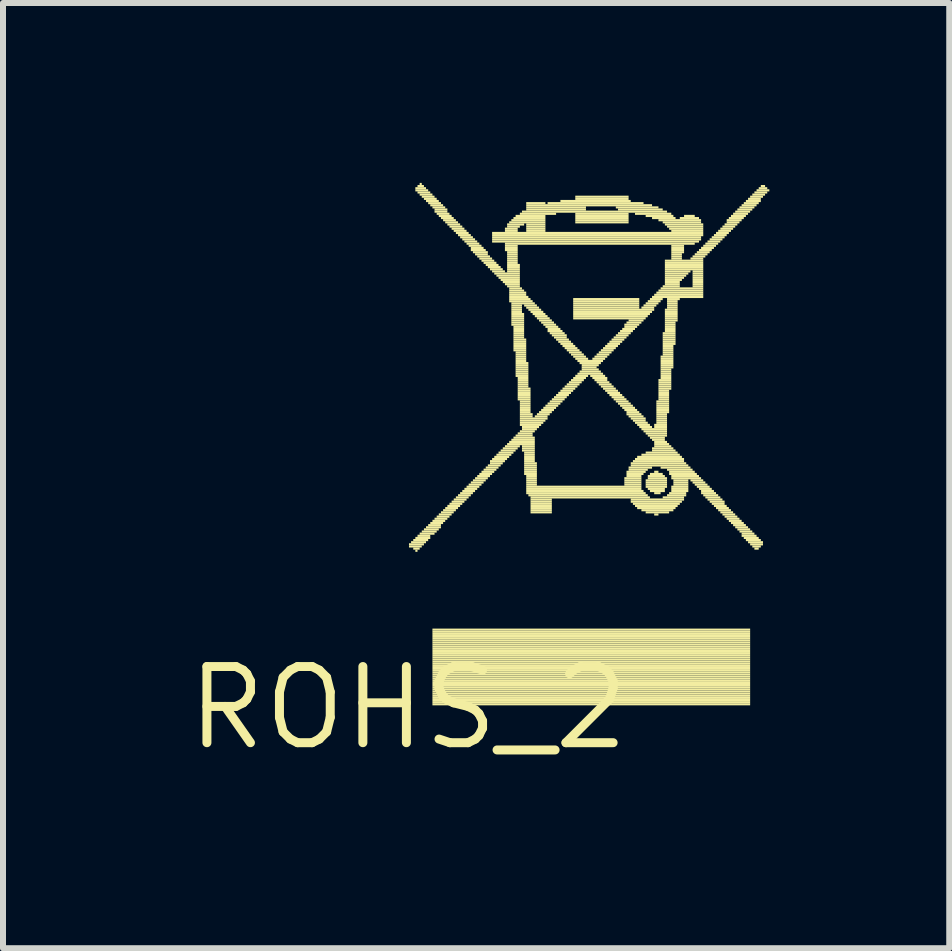
<source format=kicad_pcb>
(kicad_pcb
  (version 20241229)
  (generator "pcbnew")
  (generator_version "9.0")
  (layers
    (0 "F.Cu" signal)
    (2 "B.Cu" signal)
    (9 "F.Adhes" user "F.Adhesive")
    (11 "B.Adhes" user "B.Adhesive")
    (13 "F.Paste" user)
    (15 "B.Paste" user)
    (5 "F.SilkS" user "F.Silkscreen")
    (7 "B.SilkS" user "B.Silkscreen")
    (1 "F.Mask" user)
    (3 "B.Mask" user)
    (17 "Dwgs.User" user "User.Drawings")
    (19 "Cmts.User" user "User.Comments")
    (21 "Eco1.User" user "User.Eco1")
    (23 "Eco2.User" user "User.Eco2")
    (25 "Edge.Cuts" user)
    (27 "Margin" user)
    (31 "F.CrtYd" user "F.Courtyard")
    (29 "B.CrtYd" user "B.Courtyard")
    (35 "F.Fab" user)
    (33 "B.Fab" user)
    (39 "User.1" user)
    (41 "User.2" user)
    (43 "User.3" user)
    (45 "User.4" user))
  (footprint "ROHS_2"
    (layer "F.Cu")
    (at 3.757 8.755)
    (property "Reference" "ROHS_2" (at 0 0 0) (layer "F.SilkS") (effects (font (size 1.27 1.27) (thickness 0.15))))
    (fp_poly (pts (xy 0.013 -2.71) (xy 0.262 -2.71) (xy 0.262 -2.746) (xy 0.013 -2.746)) (stroke (width 0) (type solid)) (fill yes) (layer "F.SilkS"))
    (fp_poly (pts (xy 0.013 -2.675) (xy 0.226 -2.675) (xy 0.226 -2.71) (xy 0.013 -2.71)) (stroke (width 0) (type solid)) (fill yes) (layer "F.SilkS"))
    (fp_poly (pts (xy 0.048 -2.746) (xy 0.297 -2.746) (xy 0.297 -2.781) (xy 0.048 -2.781)) (stroke (width 0) (type solid)) (fill yes) (layer "F.SilkS"))
    (fp_poly (pts (xy 0.084 -2.781) (xy 0.333 -2.781) (xy 0.333 -2.817) (xy 0.084 -2.817)) (stroke (width 0) (type solid)) (fill yes) (layer "F.SilkS"))
    (fp_poly (pts (xy 0.084 -2.639) (xy 0.191 -2.639) (xy 0.191 -2.675) (xy 0.084 -2.675)) (stroke (width 0) (type solid)) (fill yes) (layer "F.SilkS"))
    (fp_poly (pts (xy 0.119 -8.649) (xy 0.297 -8.649) (xy 0.297 -8.684) (xy 0.119 -8.684)) (stroke (width 0) (type solid)) (fill yes) (layer "F.SilkS"))
    (fp_poly (pts (xy 0.119 -8.613) (xy 0.333 -8.613) (xy 0.333 -8.649) (xy 0.119 -8.649)) (stroke (width 0) (type solid)) (fill yes) (layer "F.SilkS"))
    (fp_poly (pts (xy 0.119 -2.817) (xy 0.368 -2.817) (xy 0.368 -2.852) (xy 0.119 -2.852)) (stroke (width 0) (type solid)) (fill yes) (layer "F.SilkS"))
    (fp_poly (pts (xy 0.119 -2.603) (xy 0.155 -2.603) (xy 0.155 -2.639) (xy 0.119 -2.639)) (stroke (width 0) (type solid)) (fill yes) (layer "F.SilkS"))
    (fp_poly (pts (xy 0.155 -8.684) (xy 0.262 -8.684) (xy 0.262 -8.72) (xy 0.155 -8.72)) (stroke (width 0) (type solid)) (fill yes) (layer "F.SilkS"))
    (fp_poly (pts (xy 0.155 -8.578) (xy 0.368 -8.578) (xy 0.368 -8.613) (xy 0.155 -8.613)) (stroke (width 0) (type solid)) (fill yes) (layer "F.SilkS"))
    (fp_poly (pts (xy 0.155 -2.852) (xy 0.368 -2.852) (xy 0.368 -2.888) (xy 0.155 -2.888)) (stroke (width 0) (type solid)) (fill yes) (layer "F.SilkS"))
    (fp_poly (pts (xy 0.191 -8.72) (xy 0.226 -8.72) (xy 0.226 -8.755) (xy 0.191 -8.755)) (stroke (width 0) (type solid)) (fill yes) (layer "F.SilkS"))
    (fp_poly (pts (xy 0.191 -8.542) (xy 0.404 -8.542) (xy 0.404 -8.578) (xy 0.191 -8.578)) (stroke (width 0) (type solid)) (fill yes) (layer "F.SilkS"))
    (fp_poly (pts (xy 0.191 -2.888) (xy 0.439 -2.888) (xy 0.439 -2.924) (xy 0.191 -2.924)) (stroke (width 0) (type solid)) (fill yes) (layer "F.SilkS"))
    (fp_poly (pts (xy 0.226 -8.507) (xy 0.439 -8.507) (xy 0.439 -8.542) (xy 0.226 -8.542)) (stroke (width 0) (type solid)) (fill yes) (layer "F.SilkS"))
    (fp_poly (pts (xy 0.226 -2.924) (xy 0.475 -2.924) (xy 0.475 -2.959) (xy 0.226 -2.959)) (stroke (width 0) (type solid)) (fill yes) (layer "F.SilkS"))
    (fp_poly (pts (xy 0.262 -8.471) (xy 0.475 -8.471) (xy 0.475 -8.507) (xy 0.262 -8.507)) (stroke (width 0) (type solid)) (fill yes) (layer "F.SilkS"))
    (fp_poly (pts (xy 0.262 -2.959) (xy 0.51 -2.959) (xy 0.51 -2.995) (xy 0.262 -2.995)) (stroke (width 0) (type solid)) (fill yes) (layer "F.SilkS"))
    (fp_poly (pts (xy 0.297 -8.435) (xy 0.51 -8.435) (xy 0.51 -8.471) (xy 0.297 -8.471)) (stroke (width 0) (type solid)) (fill yes) (layer "F.SilkS"))
    (fp_poly (pts (xy 0.297 -2.995) (xy 0.546 -2.995) (xy 0.546 -3.03) (xy 0.297 -3.03)) (stroke (width 0) (type solid)) (fill yes) (layer "F.SilkS"))
    (fp_poly (pts (xy 0.333 -8.4) (xy 0.546 -8.4) (xy 0.546 -8.435) (xy 0.333 -8.435)) (stroke (width 0) (type solid)) (fill yes) (layer "F.SilkS"))
    (fp_poly (pts (xy 0.333 -3.03) (xy 0.546 -3.03) (xy 0.546 -3.066) (xy 0.333 -3.066)) (stroke (width 0) (type solid)) (fill yes) (layer "F.SilkS"))
    (fp_poly (pts (xy 0.368 -8.364) (xy 0.582 -8.364) (xy 0.582 -8.4) (xy 0.368 -8.4)) (stroke (width 0) (type solid)) (fill yes) (layer "F.SilkS"))
    (fp_poly (pts (xy 0.368 -3.066) (xy 0.582 -3.066) (xy 0.582 -3.101) (xy 0.368 -3.101)) (stroke (width 0) (type solid)) (fill yes) (layer "F.SilkS"))
    (fp_poly (pts (xy 0.404 -8.329) (xy 0.617 -8.329) (xy 0.617 -8.364) (xy 0.404 -8.364)) (stroke (width 0) (type solid)) (fill yes) (layer "F.SilkS"))
    (fp_poly (pts (xy 0.404 -3.101) (xy 0.617 -3.101) (xy 0.617 -3.137) (xy 0.404 -3.137)) (stroke (width 0) (type solid)) (fill yes) (layer "F.SilkS"))
    (fp_poly (pts (xy 0.404 -1.288) (xy 5.702 -1.288) (xy 5.702 -1.323) (xy 0.404 -1.323)) (stroke (width 0) (type solid)) (fill yes) (layer "F.SilkS"))
    (fp_poly (pts (xy 0.404 -1.252) (xy 5.702 -1.252) (xy 5.702 -1.288) (xy 0.404 -1.288)) (stroke (width 0) (type solid)) (fill yes) (layer "F.SilkS"))
    (fp_poly (pts (xy 0.404 -1.217) (xy 5.702 -1.217) (xy 5.702 -1.252) (xy 0.404 -1.252)) (stroke (width 0) (type solid)) (fill yes) (layer "F.SilkS"))
    (fp_poly (pts (xy 0.404 -1.181) (xy 5.702 -1.181) (xy 5.702 -1.217) (xy 0.404 -1.217)) (stroke (width 0) (type solid)) (fill yes) (layer "F.SilkS"))
    (fp_poly (pts (xy 0.404 -1.145) (xy 5.702 -1.145) (xy 5.702 -1.181) (xy 0.404 -1.181)) (stroke (width 0) (type solid)) (fill yes) (layer "F.SilkS"))
    (fp_poly (pts (xy 0.404 -1.11) (xy 5.702 -1.11) (xy 5.702 -1.145) (xy 0.404 -1.145)) (stroke (width 0) (type solid)) (fill yes) (layer "F.SilkS"))
    (fp_poly (pts (xy 0.404 -1.074) (xy 5.702 -1.074) (xy 5.702 -1.11) (xy 0.404 -1.11)) (stroke (width 0) (type solid)) (fill yes) (layer "F.SilkS"))
    (fp_poly (pts (xy 0.404 -1.039) (xy 5.702 -1.039) (xy 5.702 -1.074) (xy 0.404 -1.074)) (stroke (width 0) (type solid)) (fill yes) (layer "F.SilkS"))
    (fp_poly (pts (xy 0.404 -1.003) (xy 5.702 -1.003) (xy 5.702 -1.039) (xy 0.404 -1.039)) (stroke (width 0) (type solid)) (fill yes) (layer "F.SilkS"))
    (fp_poly (pts (xy 0.404 -0.968) (xy 5.702 -0.968) (xy 5.702 -1.003) (xy 0.404 -1.003)) (stroke (width 0) (type solid)) (fill yes) (layer "F.SilkS"))
    (fp_poly (pts (xy 0.404 -0.932) (xy 5.702 -0.932) (xy 5.702 -0.968) (xy 0.404 -0.968)) (stroke (width 0) (type solid)) (fill yes) (layer "F.SilkS"))
    (fp_poly (pts (xy 0.404 -0.897) (xy 5.702 -0.897) (xy 5.702 -0.932) (xy 0.404 -0.932)) (stroke (width 0) (type solid)) (fill yes) (layer "F.SilkS"))
    (fp_poly (pts (xy 0.404 -0.861) (xy 5.702 -0.861) (xy 5.702 -0.897) (xy 0.404 -0.897)) (stroke (width 0) (type solid)) (fill yes) (layer "F.SilkS"))
    (fp_poly (pts (xy 0.404 -0.826) (xy 5.702 -0.826) (xy 5.702 -0.861) (xy 0.404 -0.861)) (stroke (width 0) (type solid)) (fill yes) (layer "F.SilkS"))
    (fp_poly (pts (xy 0.404 -0.79) (xy 5.702 -0.79) (xy 5.702 -0.826) (xy 0.404 -0.826)) (stroke (width 0) (type solid)) (fill yes) (layer "F.SilkS"))
    (fp_poly (pts (xy 0.404 -0.754) (xy 5.702 -0.754) (xy 5.702 -0.79) (xy 0.404 -0.79)) (stroke (width 0) (type solid)) (fill yes) (layer "F.SilkS"))
    (fp_poly (pts (xy 0.404 -0.719) (xy 5.702 -0.719) (xy 5.702 -0.754) (xy 0.404 -0.754)) (stroke (width 0) (type solid)) (fill yes) (layer "F.SilkS"))
    (fp_poly (pts (xy 0.404 -0.683) (xy 5.702 -0.683) (xy 5.702 -0.719) (xy 0.404 -0.719)) (stroke (width 0) (type solid)) (fill yes) (layer "F.SilkS"))
    (fp_poly (pts (xy 0.404 -0.648) (xy 5.702 -0.648) (xy 5.702 -0.683) (xy 0.404 -0.683)) (stroke (width 0) (type solid)) (fill yes) (layer "F.SilkS"))
    (fp_poly (pts (xy 0.404 -0.612) (xy 5.702 -0.612) (xy 5.702 -0.648) (xy 0.404 -0.648)) (stroke (width 0) (type solid)) (fill yes) (layer "F.SilkS"))
    (fp_poly (pts (xy 0.404 -0.577) (xy 5.702 -0.577) (xy 5.702 -0.612) (xy 0.404 -0.612)) (stroke (width 0) (type solid)) (fill yes) (layer "F.SilkS"))
    (fp_poly (pts (xy 0.404 -0.541) (xy 5.702 -0.541) (xy 5.702 -0.577) (xy 0.404 -0.577)) (stroke (width 0) (type solid)) (fill yes) (layer "F.SilkS"))
    (fp_poly (pts (xy 0.404 -0.505) (xy 5.702 -0.505) (xy 5.702 -0.541) (xy 0.404 -0.541)) (stroke (width 0) (type solid)) (fill yes) (layer "F.SilkS"))
    (fp_poly (pts (xy 0.404 -0.47) (xy 5.702 -0.47) (xy 5.702 -0.505) (xy 0.404 -0.505)) (stroke (width 0) (type solid)) (fill yes) (layer "F.SilkS"))
    (fp_poly (pts (xy 0.404 -0.434) (xy 5.702 -0.434) (xy 5.702 -0.47) (xy 0.404 -0.47)) (stroke (width 0) (type solid)) (fill yes) (layer "F.SilkS"))
    (fp_poly (pts (xy 0.404 -0.399) (xy 5.702 -0.399) (xy 5.702 -0.434) (xy 0.404 -0.434)) (stroke (width 0) (type solid)) (fill yes) (layer "F.SilkS"))
    (fp_poly (pts (xy 0.404 -0.363) (xy 5.702 -0.363) (xy 5.702 -0.399) (xy 0.404 -0.399)) (stroke (width 0) (type solid)) (fill yes) (layer "F.SilkS"))
    (fp_poly (pts (xy 0.404 -0.328) (xy 5.702 -0.328) (xy 5.702 -0.363) (xy 0.404 -0.363)) (stroke (width 0) (type solid)) (fill yes) (layer "F.SilkS"))
    (fp_poly (pts (xy 0.404 -0.292) (xy 5.702 -0.292) (xy 5.702 -0.328) (xy 0.404 -0.328)) (stroke (width 0) (type solid)) (fill yes) (layer "F.SilkS"))
    (fp_poly (pts (xy 0.404 -0.257) (xy 5.702 -0.257) (xy 5.702 -0.292) (xy 0.404 -0.292)) (stroke (width 0) (type solid)) (fill yes) (layer "F.SilkS"))
    (fp_poly (pts (xy 0.404 -0.221) (xy 5.702 -0.221) (xy 5.702 -0.257) (xy 0.404 -0.257)) (stroke (width 0) (type solid)) (fill yes) (layer "F.SilkS"))
    (fp_poly (pts (xy 0.404 -0.185) (xy 5.702 -0.185) (xy 5.702 -0.221) (xy 0.404 -0.221)) (stroke (width 0) (type solid)) (fill yes) (layer "F.SilkS"))
    (fp_poly (pts (xy 0.404 -0.15) (xy 5.702 -0.15) (xy 5.702 -0.185) (xy 0.404 -0.185)) (stroke (width 0) (type solid)) (fill yes) (layer "F.SilkS"))
    (fp_poly (pts (xy 0.404 -0.114) (xy 5.702 -0.114) (xy 5.702 -0.15) (xy 0.404 -0.15)) (stroke (width 0) (type solid)) (fill yes) (layer "F.SilkS"))
    (fp_poly (pts (xy 0.404 -0.079) (xy 5.702 -0.079) (xy 5.702 -0.114) (xy 0.404 -0.114)) (stroke (width 0) (type solid)) (fill yes) (layer "F.SilkS"))
    (fp_poly (pts (xy 0.404 -0.043) (xy 5.702 -0.043) (xy 5.702 -0.079) (xy 0.404 -0.079)) (stroke (width 0) (type solid)) (fill yes) (layer "F.SilkS"))
    (fp_poly (pts (xy 0.439 -8.293) (xy 0.653 -8.293) (xy 0.653 -8.329) (xy 0.439 -8.329)) (stroke (width 0) (type solid)) (fill yes) (layer "F.SilkS"))
    (fp_poly (pts (xy 0.439 -8.258) (xy 0.653 -8.258) (xy 0.653 -8.293) (xy 0.439 -8.293)) (stroke (width 0) (type solid)) (fill yes) (layer "F.SilkS"))
    (fp_poly (pts (xy 0.439 -3.137) (xy 0.653 -3.137) (xy 0.653 -3.172) (xy 0.439 -3.172)) (stroke (width 0) (type solid)) (fill yes) (layer "F.SilkS"))
    (fp_poly (pts (xy 0.475 -8.222) (xy 0.688 -8.222) (xy 0.688 -8.258) (xy 0.475 -8.258)) (stroke (width 0) (type solid)) (fill yes) (layer "F.SilkS"))
    (fp_poly (pts (xy 0.475 -3.172) (xy 0.688 -3.172) (xy 0.688 -3.208) (xy 0.475 -3.208)) (stroke (width 0) (type solid)) (fill yes) (layer "F.SilkS"))
    (fp_poly (pts (xy 0.51 -8.186) (xy 0.724 -8.186) (xy 0.724 -8.222) (xy 0.51 -8.222)) (stroke (width 0) (type solid)) (fill yes) (layer "F.SilkS"))
    (fp_poly (pts (xy 0.51 -3.208) (xy 0.724 -3.208) (xy 0.724 -3.244) (xy 0.51 -3.244)) (stroke (width 0) (type solid)) (fill yes) (layer "F.SilkS"))
    (fp_poly (pts (xy 0.546 -8.151) (xy 0.759 -8.151) (xy 0.759 -8.186) (xy 0.546 -8.186)) (stroke (width 0) (type solid)) (fill yes) (layer "F.SilkS"))
    (fp_poly (pts (xy 0.546 -3.244) (xy 0.759 -3.244) (xy 0.759 -3.279) (xy 0.546 -3.279)) (stroke (width 0) (type solid)) (fill yes) (layer "F.SilkS"))
    (fp_poly (pts (xy 0.582 -8.115) (xy 0.795 -8.115) (xy 0.795 -8.151) (xy 0.582 -8.151)) (stroke (width 0) (type solid)) (fill yes) (layer "F.SilkS"))
    (fp_poly (pts (xy 0.582 -3.279) (xy 0.795 -3.279) (xy 0.795 -3.315) (xy 0.582 -3.315)) (stroke (width 0) (type solid)) (fill yes) (layer "F.SilkS"))
    (fp_poly (pts (xy 0.617 -8.08) (xy 0.831 -8.08) (xy 0.831 -8.115) (xy 0.617 -8.115)) (stroke (width 0) (type solid)) (fill yes) (layer "F.SilkS"))
    (fp_poly (pts (xy 0.617 -3.315) (xy 0.831 -3.315) (xy 0.831 -3.35) (xy 0.617 -3.35)) (stroke (width 0) (type solid)) (fill yes) (layer "F.SilkS"))
    (fp_poly (pts (xy 0.653 -8.044) (xy 0.866 -8.044) (xy 0.866 -8.08) (xy 0.653 -8.08)) (stroke (width 0) (type solid)) (fill yes) (layer "F.SilkS"))
    (fp_poly (pts (xy 0.653 -3.35) (xy 0.866 -3.35) (xy 0.866 -3.386) (xy 0.653 -3.386)) (stroke (width 0) (type solid)) (fill yes) (layer "F.SilkS"))
    (fp_poly (pts (xy 0.688 -8.009) (xy 0.902 -8.009) (xy 0.902 -8.044) (xy 0.688 -8.044)) (stroke (width 0) (type solid)) (fill yes) (layer "F.SilkS"))
    (fp_poly (pts (xy 0.688 -3.386) (xy 0.902 -3.386) (xy 0.902 -3.421) (xy 0.688 -3.421)) (stroke (width 0) (type solid)) (fill yes) (layer "F.SilkS"))
    (fp_poly (pts (xy 0.724 -7.973) (xy 0.937 -7.973) (xy 0.937 -8.009) (xy 0.724 -8.009)) (stroke (width 0) (type solid)) (fill yes) (layer "F.SilkS"))
    (fp_poly (pts (xy 0.724 -3.421) (xy 0.937 -3.421) (xy 0.937 -3.457) (xy 0.724 -3.457)) (stroke (width 0) (type solid)) (fill yes) (layer "F.SilkS"))
    (fp_poly (pts (xy 0.759 -7.938) (xy 0.973 -7.938) (xy 0.973 -7.973) (xy 0.759 -7.973)) (stroke (width 0) (type solid)) (fill yes) (layer "F.SilkS"))
    (fp_poly (pts (xy 0.759 -3.457) (xy 0.973 -3.457) (xy 0.973 -3.493) (xy 0.759 -3.493)) (stroke (width 0) (type solid)) (fill yes) (layer "F.SilkS"))
    (fp_poly (pts (xy 0.795 -7.902) (xy 1.008 -7.902) (xy 1.008 -7.938) (xy 0.795 -7.938)) (stroke (width 0) (type solid)) (fill yes) (layer "F.SilkS"))
    (fp_poly (pts (xy 0.795 -3.493) (xy 1.008 -3.493) (xy 1.008 -3.528) (xy 0.795 -3.528)) (stroke (width 0) (type solid)) (fill yes) (layer "F.SilkS"))
    (fp_poly (pts (xy 0.831 -7.866) (xy 1.044 -7.866) (xy 1.044 -7.902) (xy 0.831 -7.902)) (stroke (width 0) (type solid)) (fill yes) (layer "F.SilkS"))
    (fp_poly (pts (xy 0.831 -3.528) (xy 1.044 -3.528) (xy 1.044 -3.564) (xy 0.831 -3.564)) (stroke (width 0) (type solid)) (fill yes) (layer "F.SilkS"))
    (fp_poly (pts (xy 0.866 -7.831) (xy 1.079 -7.831) (xy 1.079 -7.866) (xy 0.866 -7.866)) (stroke (width 0) (type solid)) (fill yes) (layer "F.SilkS"))
    (fp_poly (pts (xy 0.866 -3.564) (xy 1.079 -3.564) (xy 1.079 -3.599) (xy 0.866 -3.599)) (stroke (width 0) (type solid)) (fill yes) (layer "F.SilkS"))
    (fp_poly (pts (xy 0.902 -7.795) (xy 1.115 -7.795) (xy 1.115 -7.831) (xy 0.902 -7.831)) (stroke (width 0) (type solid)) (fill yes) (layer "F.SilkS"))
    (fp_poly (pts (xy 0.902 -3.599) (xy 1.115 -3.599) (xy 1.115 -3.635) (xy 0.902 -3.635)) (stroke (width 0) (type solid)) (fill yes) (layer "F.SilkS"))
    (fp_poly (pts (xy 0.937 -7.76) (xy 1.151 -7.76) (xy 1.151 -7.795) (xy 0.937 -7.795)) (stroke (width 0) (type solid)) (fill yes) (layer "F.SilkS"))
    (fp_poly (pts (xy 0.937 -3.635) (xy 1.151 -3.635) (xy 1.151 -3.67) (xy 0.937 -3.67)) (stroke (width 0) (type solid)) (fill yes) (layer "F.SilkS"))
    (fp_poly (pts (xy 0.973 -7.724) (xy 1.186 -7.724) (xy 1.186 -7.76) (xy 0.973 -7.76)) (stroke (width 0) (type solid)) (fill yes) (layer "F.SilkS"))
    (fp_poly (pts (xy 0.973 -3.67) (xy 1.186 -3.67) (xy 1.186 -3.706) (xy 0.973 -3.706)) (stroke (width 0) (type solid)) (fill yes) (layer "F.SilkS"))
    (fp_poly (pts (xy 1.008 -7.689) (xy 1.222 -7.689) (xy 1.222 -7.724) (xy 1.008 -7.724)) (stroke (width 0) (type solid)) (fill yes) (layer "F.SilkS"))
    (fp_poly (pts (xy 1.008 -3.706) (xy 1.222 -3.706) (xy 1.222 -3.741) (xy 1.008 -3.741)) (stroke (width 0) (type solid)) (fill yes) (layer "F.SilkS"))
    (fp_poly (pts (xy 1.044 -7.653) (xy 1.257 -7.653) (xy 1.257 -7.689) (xy 1.044 -7.689)) (stroke (width 0) (type solid)) (fill yes) (layer "F.SilkS"))
    (fp_poly (pts (xy 1.044 -7.617) (xy 1.293 -7.617) (xy 1.293 -7.653) (xy 1.044 -7.653)) (stroke (width 0) (type solid)) (fill yes) (layer "F.SilkS"))
    (fp_poly (pts (xy 1.044 -3.741) (xy 1.257 -3.741) (xy 1.257 -3.777) (xy 1.044 -3.777)) (stroke (width 0) (type solid)) (fill yes) (layer "F.SilkS"))
    (fp_poly (pts (xy 1.079 -7.582) (xy 1.328 -7.582) (xy 1.328 -7.617) (xy 1.079 -7.617)) (stroke (width 0) (type solid)) (fill yes) (layer "F.SilkS"))
    (fp_poly (pts (xy 1.079 -3.777) (xy 1.293 -3.777) (xy 1.293 -3.812) (xy 1.079 -3.812)) (stroke (width 0) (type solid)) (fill yes) (layer "F.SilkS"))
    (fp_poly (pts (xy 1.115 -7.546) (xy 1.328 -7.546) (xy 1.328 -7.582) (xy 1.115 -7.582)) (stroke (width 0) (type solid)) (fill yes) (layer "F.SilkS"))
    (fp_poly (pts (xy 1.115 -3.812) (xy 1.328 -3.812) (xy 1.328 -3.848) (xy 1.115 -3.848)) (stroke (width 0) (type solid)) (fill yes) (layer "F.SilkS"))
    (fp_poly (pts (xy 1.151 -7.511) (xy 1.364 -7.511) (xy 1.364 -7.546) (xy 1.151 -7.546)) (stroke (width 0) (type solid)) (fill yes) (layer "F.SilkS"))
    (fp_poly (pts (xy 1.151 -3.848) (xy 1.364 -3.848) (xy 1.364 -3.884) (xy 1.151 -3.884)) (stroke (width 0) (type solid)) (fill yes) (layer "F.SilkS"))
    (fp_poly (pts (xy 1.186 -7.475) (xy 1.399 -7.475) (xy 1.399 -7.511) (xy 1.186 -7.511)) (stroke (width 0) (type solid)) (fill yes) (layer "F.SilkS"))
    (fp_poly (pts (xy 1.186 -3.884) (xy 1.399 -3.884) (xy 1.399 -3.919) (xy 1.186 -3.919)) (stroke (width 0) (type solid)) (fill yes) (layer "F.SilkS"))
    (fp_poly (pts (xy 1.222 -7.44) (xy 1.435 -7.44) (xy 1.435 -7.475) (xy 1.222 -7.475)) (stroke (width 0) (type solid)) (fill yes) (layer "F.SilkS"))
    (fp_poly (pts (xy 1.222 -3.919) (xy 1.435 -3.919) (xy 1.435 -3.955) (xy 1.222 -3.955)) (stroke (width 0) (type solid)) (fill yes) (layer "F.SilkS"))
    (fp_poly (pts (xy 1.257 -7.404) (xy 1.471 -7.404) (xy 1.471 -7.44) (xy 1.257 -7.44)) (stroke (width 0) (type solid)) (fill yes) (layer "F.SilkS"))
    (fp_poly (pts (xy 1.257 -3.955) (xy 1.471 -3.955) (xy 1.471 -3.99) (xy 1.257 -3.99)) (stroke (width 0) (type solid)) (fill yes) (layer "F.SilkS"))
    (fp_poly (pts (xy 1.293 -7.369) (xy 1.506 -7.369) (xy 1.506 -7.404) (xy 1.293 -7.404)) (stroke (width 0) (type solid)) (fill yes) (layer "F.SilkS"))
    (fp_poly (pts (xy 1.293 -3.99) (xy 1.506 -3.99) (xy 1.506 -4.026) (xy 1.293 -4.026)) (stroke (width 0) (type solid)) (fill yes) (layer "F.SilkS"))
    (fp_poly (pts (xy 1.328 -7.333) (xy 1.542 -7.333) (xy 1.542 -7.369) (xy 1.328 -7.369)) (stroke (width 0) (type solid)) (fill yes) (layer "F.SilkS"))
    (fp_poly (pts (xy 1.328 -4.026) (xy 1.542 -4.026) (xy 1.542 -4.061) (xy 1.328 -4.061)) (stroke (width 0) (type solid)) (fill yes) (layer "F.SilkS"))
    (fp_poly (pts (xy 1.364 -7.297) (xy 1.577 -7.297) (xy 1.577 -7.333) (xy 1.364 -7.333)) (stroke (width 0) (type solid)) (fill yes) (layer "F.SilkS"))
    (fp_poly (pts (xy 1.364 -4.097) (xy 1.613 -4.097) (xy 1.613 -4.133) (xy 1.364 -4.133)) (stroke (width 0) (type solid)) (fill yes) (layer "F.SilkS"))
    (fp_poly (pts (xy 1.364 -4.061) (xy 1.577 -4.061) (xy 1.577 -4.097) (xy 1.364 -4.097)) (stroke (width 0) (type solid)) (fill yes) (layer "F.SilkS"))
    (fp_poly (pts (xy 1.399 -7.902) (xy 4.92 -7.902) (xy 4.92 -7.938) (xy 1.399 -7.938)) (stroke (width 0) (type solid)) (fill yes) (layer "F.SilkS"))
    (fp_poly (pts (xy 1.399 -7.866) (xy 4.92 -7.866) (xy 4.92 -7.902) (xy 1.399 -7.902)) (stroke (width 0) (type solid)) (fill yes) (layer "F.SilkS"))
    (fp_poly (pts (xy 1.399 -7.831) (xy 4.884 -7.831) (xy 4.884 -7.866) (xy 1.399 -7.866)) (stroke (width 0) (type solid)) (fill yes) (layer "F.SilkS"))
    (fp_poly (pts (xy 1.399 -7.795) (xy 4.884 -7.795) (xy 4.884 -7.831) (xy 1.399 -7.831)) (stroke (width 0) (type solid)) (fill yes) (layer "F.SilkS"))
    (fp_poly (pts (xy 1.399 -7.76) (xy 4.849 -7.76) (xy 4.849 -7.795) (xy 1.399 -7.795)) (stroke (width 0) (type solid)) (fill yes) (layer "F.SilkS"))
    (fp_poly (pts (xy 1.399 -7.262) (xy 1.613 -7.262) (xy 1.613 -7.297) (xy 1.399 -7.297)) (stroke (width 0) (type solid)) (fill yes) (layer "F.SilkS"))
    (fp_poly (pts (xy 1.399 -4.133) (xy 1.649 -4.133) (xy 1.649 -4.168) (xy 1.399 -4.168)) (stroke (width 0) (type solid)) (fill yes) (layer "F.SilkS"))
    (fp_poly (pts (xy 1.435 -7.226) (xy 1.862 -7.226) (xy 1.862 -7.262) (xy 1.435 -7.262)) (stroke (width 0) (type solid)) (fill yes) (layer "F.SilkS"))
    (fp_poly (pts (xy 1.435 -4.168) (xy 1.684 -4.168) (xy 1.684 -4.204) (xy 1.435 -4.204)) (stroke (width 0) (type solid)) (fill yes) (layer "F.SilkS"))
    (fp_poly (pts (xy 1.471 -7.191) (xy 1.862 -7.191) (xy 1.862 -7.226) (xy 1.471 -7.226)) (stroke (width 0) (type solid)) (fill yes) (layer "F.SilkS"))
    (fp_poly (pts (xy 1.471 -4.204) (xy 1.72 -4.204) (xy 1.72 -4.239) (xy 1.471 -4.239)) (stroke (width 0) (type solid)) (fill yes) (layer "F.SilkS"))
    (fp_poly (pts (xy 1.506 -7.155) (xy 1.862 -7.155) (xy 1.862 -7.191) (xy 1.506 -7.191)) (stroke (width 0) (type solid)) (fill yes) (layer "F.SilkS"))
    (fp_poly (pts (xy 1.506 -4.239) (xy 1.755 -4.239) (xy 1.755 -4.275) (xy 1.506 -4.275)) (stroke (width 0) (type solid)) (fill yes) (layer "F.SilkS"))
    (fp_poly (pts (xy 1.542 -7.12) (xy 1.862 -7.12) (xy 1.862 -7.155) (xy 1.542 -7.155)) (stroke (width 0) (type solid)) (fill yes) (layer "F.SilkS"))
    (fp_poly (pts (xy 1.542 -4.275) (xy 1.791 -4.275) (xy 1.791 -4.31) (xy 1.542 -4.31)) (stroke (width 0) (type solid)) (fill yes) (layer "F.SilkS"))
    (fp_poly (pts (xy 1.577 -7.084) (xy 1.862 -7.084) (xy 1.862 -7.12) (xy 1.577 -7.12)) (stroke (width 0) (type solid)) (fill yes) (layer "F.SilkS"))
    (fp_poly (pts (xy 1.577 -4.31) (xy 1.826 -4.31) (xy 1.826 -4.346) (xy 1.577 -4.346)) (stroke (width 0) (type solid)) (fill yes) (layer "F.SilkS"))
    (fp_poly (pts (xy 1.613 -7.973) (xy 1.826 -7.973) (xy 1.826 -8.009) (xy 1.613 -8.009)) (stroke (width 0) (type solid)) (fill yes) (layer "F.SilkS"))
    (fp_poly (pts (xy 1.613 -7.938) (xy 1.826 -7.938) (xy 1.826 -7.973) (xy 1.613 -7.973)) (stroke (width 0) (type solid)) (fill yes) (layer "F.SilkS"))
    (fp_poly (pts (xy 1.613 -7.724) (xy 4.778 -7.724) (xy 4.778 -7.76) (xy 1.613 -7.76)) (stroke (width 0) (type solid)) (fill yes) (layer "F.SilkS"))
    (fp_poly (pts (xy 1.613 -7.689) (xy 1.826 -7.689) (xy 1.826 -7.724) (xy 1.613 -7.724)) (stroke (width 0) (type solid)) (fill yes) (layer "F.SilkS"))
    (fp_poly (pts (xy 1.613 -7.653) (xy 1.826 -7.653) (xy 1.826 -7.689) (xy 1.613 -7.689)) (stroke (width 0) (type solid)) (fill yes) (layer "F.SilkS"))
    (fp_poly (pts (xy 1.613 -7.617) (xy 1.826 -7.617) (xy 1.826 -7.653) (xy 1.613 -7.653)) (stroke (width 0) (type solid)) (fill yes) (layer "F.SilkS"))
    (fp_poly (pts (xy 1.613 -7.048) (xy 1.862 -7.048) (xy 1.862 -7.084) (xy 1.613 -7.084)) (stroke (width 0) (type solid)) (fill yes) (layer "F.SilkS"))
    (fp_poly (pts (xy 1.613 -4.346) (xy 1.862 -4.346) (xy 1.862 -4.381) (xy 1.613 -4.381)) (stroke (width 0) (type solid)) (fill yes) (layer "F.SilkS"))
    (fp_poly (pts (xy 1.649 -8.044) (xy 1.933 -8.044) (xy 1.933 -8.08) (xy 1.649 -8.08)) (stroke (width 0) (type solid)) (fill yes) (layer "F.SilkS"))
    (fp_poly (pts (xy 1.649 -8.009) (xy 1.862 -8.009) (xy 1.862 -8.044) (xy 1.649 -8.044)) (stroke (width 0) (type solid)) (fill yes) (layer "F.SilkS"))
    (fp_poly (pts (xy 1.649 -7.582) (xy 1.826 -7.582) (xy 1.826 -7.617) (xy 1.649 -7.617)) (stroke (width 0) (type solid)) (fill yes) (layer "F.SilkS"))
    (fp_poly (pts (xy 1.649 -7.546) (xy 1.826 -7.546) (xy 1.826 -7.582) (xy 1.649 -7.582)) (stroke (width 0) (type solid)) (fill yes) (layer "F.SilkS"))
    (fp_poly (pts (xy 1.649 -7.511) (xy 1.826 -7.511) (xy 1.826 -7.546) (xy 1.649 -7.546)) (stroke (width 0) (type solid)) (fill yes) (layer "F.SilkS"))
    (fp_poly (pts (xy 1.649 -7.475) (xy 1.826 -7.475) (xy 1.826 -7.511) (xy 1.649 -7.511)) (stroke (width 0) (type solid)) (fill yes) (layer "F.SilkS"))
    (fp_poly (pts (xy 1.649 -7.44) (xy 1.826 -7.44) (xy 1.826 -7.475) (xy 1.649 -7.475)) (stroke (width 0) (type solid)) (fill yes) (layer "F.SilkS"))
    (fp_poly (pts (xy 1.649 -7.404) (xy 1.826 -7.404) (xy 1.826 -7.44) (xy 1.649 -7.44)) (stroke (width 0) (type solid)) (fill yes) (layer "F.SilkS"))
    (fp_poly (pts (xy 1.649 -7.369) (xy 1.862 -7.369) (xy 1.862 -7.404) (xy 1.649 -7.404)) (stroke (width 0) (type solid)) (fill yes) (layer "F.SilkS"))
    (fp_poly (pts (xy 1.649 -7.333) (xy 1.862 -7.333) (xy 1.862 -7.369) (xy 1.649 -7.369)) (stroke (width 0) (type solid)) (fill yes) (layer "F.SilkS"))
    (fp_poly (pts (xy 1.649 -7.297) (xy 1.862 -7.297) (xy 1.862 -7.333) (xy 1.649 -7.333)) (stroke (width 0) (type solid)) (fill yes) (layer "F.SilkS"))
    (fp_poly (pts (xy 1.649 -7.262) (xy 1.862 -7.262) (xy 1.862 -7.297) (xy 1.649 -7.297)) (stroke (width 0) (type solid)) (fill yes) (layer "F.SilkS"))
    (fp_poly (pts (xy 1.649 -7.013) (xy 1.862 -7.013) (xy 1.862 -7.048) (xy 1.649 -7.048)) (stroke (width 0) (type solid)) (fill yes) (layer "F.SilkS"))
    (fp_poly (pts (xy 1.649 -4.381) (xy 2.111 -4.381) (xy 2.111 -4.417) (xy 1.649 -4.417)) (stroke (width 0) (type solid)) (fill yes) (layer "F.SilkS"))
    (fp_poly (pts (xy 1.684 -8.08) (xy 2.288 -8.08) (xy 2.288 -8.115) (xy 1.684 -8.115)) (stroke (width 0) (type solid)) (fill yes) (layer "F.SilkS"))
    (fp_poly (pts (xy 1.684 -6.977) (xy 1.897 -6.977) (xy 1.897 -7.013) (xy 1.684 -7.013)) (stroke (width 0) (type solid)) (fill yes) (layer "F.SilkS"))
    (fp_poly (pts (xy 1.684 -6.942) (xy 1.933 -6.942) (xy 1.933 -6.977) (xy 1.684 -6.977)) (stroke (width 0) (type solid)) (fill yes) (layer "F.SilkS"))
    (fp_poly (pts (xy 1.684 -6.906) (xy 1.968 -6.906) (xy 1.968 -6.942) (xy 1.684 -6.942)) (stroke (width 0) (type solid)) (fill yes) (layer "F.SilkS"))
    (fp_poly (pts (xy 1.684 -6.871) (xy 1.968 -6.871) (xy 1.968 -6.906) (xy 1.684 -6.906)) (stroke (width 0) (type solid)) (fill yes) (layer "F.SilkS"))
    (fp_poly (pts (xy 1.684 -6.835) (xy 2.004 -6.835) (xy 2.004 -6.871) (xy 1.684 -6.871)) (stroke (width 0) (type solid)) (fill yes) (layer "F.SilkS"))
    (fp_poly (pts (xy 1.684 -6.8) (xy 2.04 -6.8) (xy 2.04 -6.835) (xy 1.684 -6.835)) (stroke (width 0) (type solid)) (fill yes) (layer "F.SilkS"))
    (fp_poly (pts (xy 1.684 -6.764) (xy 2.075 -6.764) (xy 2.075 -6.8) (xy 1.684 -6.8)) (stroke (width 0) (type solid)) (fill yes) (layer "F.SilkS"))
    (fp_poly (pts (xy 1.684 -4.417) (xy 2.111 -4.417) (xy 2.111 -4.453) (xy 1.684 -4.453)) (stroke (width 0) (type solid)) (fill yes) (layer "F.SilkS"))
    (fp_poly (pts (xy 1.72 -8.115) (xy 2.288 -8.115) (xy 2.288 -8.151) (xy 1.72 -8.151)) (stroke (width 0) (type solid)) (fill yes) (layer "F.SilkS"))
    (fp_poly (pts (xy 1.72 -6.729) (xy 2.111 -6.729) (xy 2.111 -6.764) (xy 1.72 -6.764)) (stroke (width 0) (type solid)) (fill yes) (layer "F.SilkS"))
    (fp_poly (pts (xy 1.72 -6.693) (xy 1.897 -6.693) (xy 1.897 -6.729) (xy 1.72 -6.729)) (stroke (width 0) (type solid)) (fill yes) (layer "F.SilkS"))
    (fp_poly (pts (xy 1.72 -6.657) (xy 1.897 -6.657) (xy 1.897 -6.693) (xy 1.72 -6.693)) (stroke (width 0) (type solid)) (fill yes) (layer "F.SilkS"))
    (fp_poly (pts (xy 1.72 -6.622) (xy 1.897 -6.622) (xy 1.897 -6.657) (xy 1.72 -6.657)) (stroke (width 0) (type solid)) (fill yes) (layer "F.SilkS"))
    (fp_poly (pts (xy 1.72 -6.586) (xy 1.897 -6.586) (xy 1.897 -6.622) (xy 1.72 -6.622)) (stroke (width 0) (type solid)) (fill yes) (layer "F.SilkS"))
    (fp_poly (pts (xy 1.72 -6.551) (xy 1.933 -6.551) (xy 1.933 -6.586) (xy 1.72 -6.586)) (stroke (width 0) (type solid)) (fill yes) (layer "F.SilkS"))
    (fp_poly (pts (xy 1.72 -6.515) (xy 1.933 -6.515) (xy 1.933 -6.551) (xy 1.72 -6.551)) (stroke (width 0) (type solid)) (fill yes) (layer "F.SilkS"))
    (fp_poly (pts (xy 1.72 -6.479) (xy 1.933 -6.479) (xy 1.933 -6.515) (xy 1.72 -6.515)) (stroke (width 0) (type solid)) (fill yes) (layer "F.SilkS"))
    (fp_poly (pts (xy 1.72 -6.444) (xy 1.933 -6.444) (xy 1.933 -6.479) (xy 1.72 -6.479)) (stroke (width 0) (type solid)) (fill yes) (layer "F.SilkS"))
    (fp_poly (pts (xy 1.72 -6.408) (xy 1.933 -6.408) (xy 1.933 -6.444) (xy 1.72 -6.444)) (stroke (width 0) (type solid)) (fill yes) (layer "F.SilkS"))
    (fp_poly (pts (xy 1.72 -6.373) (xy 1.933 -6.373) (xy 1.933 -6.408) (xy 1.72 -6.408)) (stroke (width 0) (type solid)) (fill yes) (layer "F.SilkS"))
    (fp_poly (pts (xy 1.72 -4.453) (xy 2.111 -4.453) (xy 2.111 -4.488) (xy 1.72 -4.488)) (stroke (width 0) (type solid)) (fill yes) (layer "F.SilkS"))
    (fp_poly (pts (xy 1.755 -8.151) (xy 2.288 -8.151) (xy 2.288 -8.186) (xy 1.755 -8.186)) (stroke (width 0) (type solid)) (fill yes) (layer "F.SilkS"))
    (fp_poly (pts (xy 1.755 -6.337) (xy 1.933 -6.337) (xy 1.933 -6.373) (xy 1.755 -6.373)) (stroke (width 0) (type solid)) (fill yes) (layer "F.SilkS"))
    (fp_poly (pts (xy 1.755 -6.302) (xy 1.933 -6.302) (xy 1.933 -6.337) (xy 1.755 -6.337)) (stroke (width 0) (type solid)) (fill yes) (layer "F.SilkS"))
    (fp_poly (pts (xy 1.755 -6.266) (xy 1.933 -6.266) (xy 1.933 -6.302) (xy 1.755 -6.302)) (stroke (width 0) (type solid)) (fill yes) (layer "F.SilkS"))
    (fp_poly (pts (xy 1.755 -6.231) (xy 1.933 -6.231) (xy 1.933 -6.266) (xy 1.755 -6.266)) (stroke (width 0) (type solid)) (fill yes) (layer "F.SilkS"))
    (fp_poly (pts (xy 1.755 -6.195) (xy 1.933 -6.195) (xy 1.933 -6.231) (xy 1.755 -6.231)) (stroke (width 0) (type solid)) (fill yes) (layer "F.SilkS"))
    (fp_poly (pts (xy 1.755 -6.16) (xy 1.933 -6.16) (xy 1.933 -6.195) (xy 1.755 -6.195)) (stroke (width 0) (type solid)) (fill yes) (layer "F.SilkS"))
    (fp_poly (pts (xy 1.755 -6.124) (xy 1.968 -6.124) (xy 1.968 -6.16) (xy 1.755 -6.16)) (stroke (width 0) (type solid)) (fill yes) (layer "F.SilkS"))
    (fp_poly (pts (xy 1.755 -6.088) (xy 1.968 -6.088) (xy 1.968 -6.124) (xy 1.755 -6.124)) (stroke (width 0) (type solid)) (fill yes) (layer "F.SilkS"))
    (fp_poly (pts (xy 1.755 -6.053) (xy 1.968 -6.053) (xy 1.968 -6.088) (xy 1.755 -6.088)) (stroke (width 0) (type solid)) (fill yes) (layer "F.SilkS"))
    (fp_poly (pts (xy 1.755 -6.017) (xy 1.968 -6.017) (xy 1.968 -6.053) (xy 1.755 -6.053)) (stroke (width 0) (type solid)) (fill yes) (layer "F.SilkS"))
    (fp_poly (pts (xy 1.755 -5.982) (xy 1.968 -5.982) (xy 1.968 -6.017) (xy 1.755 -6.017)) (stroke (width 0) (type solid)) (fill yes) (layer "F.SilkS"))
    (fp_poly (pts (xy 1.755 -5.946) (xy 1.968 -5.946) (xy 1.968 -5.982) (xy 1.755 -5.982)) (stroke (width 0) (type solid)) (fill yes) (layer "F.SilkS"))
    (fp_poly (pts (xy 1.755 -4.488) (xy 2.111 -4.488) (xy 2.111 -4.524) (xy 1.755 -4.524)) (stroke (width 0) (type solid)) (fill yes) (layer "F.SilkS"))
    (fp_poly (pts (xy 1.791 -8.186) (xy 2.288 -8.186) (xy 2.288 -8.222) (xy 1.791 -8.222)) (stroke (width 0) (type solid)) (fill yes) (layer "F.SilkS"))
    (fp_poly (pts (xy 1.791 -5.911) (xy 1.968 -5.911) (xy 1.968 -5.946) (xy 1.791 -5.946)) (stroke (width 0) (type solid)) (fill yes) (layer "F.SilkS"))
    (fp_poly (pts (xy 1.791 -5.875) (xy 1.968 -5.875) (xy 1.968 -5.911) (xy 1.791 -5.911)) (stroke (width 0) (type solid)) (fill yes) (layer "F.SilkS"))
    (fp_poly (pts (xy 1.791 -5.84) (xy 1.968 -5.84) (xy 1.968 -5.875) (xy 1.791 -5.875)) (stroke (width 0) (type solid)) (fill yes) (layer "F.SilkS"))
    (fp_poly (pts (xy 1.791 -5.804) (xy 1.968 -5.804) (xy 1.968 -5.84) (xy 1.791 -5.84)) (stroke (width 0) (type solid)) (fill yes) (layer "F.SilkS"))
    (fp_poly (pts (xy 1.791 -5.768) (xy 1.968 -5.768) (xy 1.968 -5.804) (xy 1.791 -5.804)) (stroke (width 0) (type solid)) (fill yes) (layer "F.SilkS"))
    (fp_poly (pts (xy 1.791 -5.733) (xy 2.004 -5.733) (xy 2.004 -5.768) (xy 1.791 -5.768)) (stroke (width 0) (type solid)) (fill yes) (layer "F.SilkS"))
    (fp_poly (pts (xy 1.791 -5.697) (xy 2.004 -5.697) (xy 2.004 -5.733) (xy 1.791 -5.733)) (stroke (width 0) (type solid)) (fill yes) (layer "F.SilkS"))
    (fp_poly (pts (xy 1.791 -5.662) (xy 2.004 -5.662) (xy 2.004 -5.697) (xy 1.791 -5.697)) (stroke (width 0) (type solid)) (fill yes) (layer "F.SilkS"))
    (fp_poly (pts (xy 1.791 -5.626) (xy 2.004 -5.626) (xy 2.004 -5.662) (xy 1.791 -5.662)) (stroke (width 0) (type solid)) (fill yes) (layer "F.SilkS"))
    (fp_poly (pts (xy 1.791 -5.59) (xy 2.004 -5.59) (xy 2.004 -5.626) (xy 1.791 -5.626)) (stroke (width 0) (type solid)) (fill yes) (layer "F.SilkS"))
    (fp_poly (pts (xy 1.791 -5.555) (xy 2.004 -5.555) (xy 2.004 -5.59) (xy 1.791 -5.59)) (stroke (width 0) (type solid)) (fill yes) (layer "F.SilkS"))
    (fp_poly (pts (xy 1.791 -5.519) (xy 2.004 -5.519) (xy 2.004 -5.555) (xy 1.791 -5.555)) (stroke (width 0) (type solid)) (fill yes) (layer "F.SilkS"))
    (fp_poly (pts (xy 1.791 -4.524) (xy 2.075 -4.524) (xy 2.075 -4.559) (xy 1.791 -4.559)) (stroke (width 0) (type solid)) (fill yes) (layer "F.SilkS"))
    (fp_poly (pts (xy 1.826 -5.484) (xy 2.004 -5.484) (xy 2.004 -5.519) (xy 1.826 -5.519)) (stroke (width 0) (type solid)) (fill yes) (layer "F.SilkS"))
    (fp_poly (pts (xy 1.826 -5.448) (xy 2.004 -5.448) (xy 2.004 -5.484) (xy 1.826 -5.484)) (stroke (width 0) (type solid)) (fill yes) (layer "F.SilkS"))
    (fp_poly (pts (xy 1.826 -5.413) (xy 2.004 -5.413) (xy 2.004 -5.448) (xy 1.826 -5.448)) (stroke (width 0) (type solid)) (fill yes) (layer "F.SilkS"))
    (fp_poly (pts (xy 1.826 -5.377) (xy 2.004 -5.377) (xy 2.004 -5.413) (xy 1.826 -5.413)) (stroke (width 0) (type solid)) (fill yes) (layer "F.SilkS"))
    (fp_poly (pts (xy 1.826 -5.342) (xy 2.004 -5.342) (xy 2.004 -5.377) (xy 1.826 -5.377)) (stroke (width 0) (type solid)) (fill yes) (layer "F.SilkS"))
    (fp_poly (pts (xy 1.826 -5.306) (xy 2.04 -5.306) (xy 2.04 -5.342) (xy 1.826 -5.342)) (stroke (width 0) (type solid)) (fill yes) (layer "F.SilkS"))
    (fp_poly (pts (xy 1.826 -5.271) (xy 2.04 -5.271) (xy 2.04 -5.306) (xy 1.826 -5.306)) (stroke (width 0) (type solid)) (fill yes) (layer "F.SilkS"))
    (fp_poly (pts (xy 1.826 -5.235) (xy 2.04 -5.235) (xy 2.04 -5.271) (xy 1.826 -5.271)) (stroke (width 0) (type solid)) (fill yes) (layer "F.SilkS"))
    (fp_poly (pts (xy 1.826 -5.199) (xy 2.04 -5.199) (xy 2.04 -5.235) (xy 1.826 -5.235)) (stroke (width 0) (type solid)) (fill yes) (layer "F.SilkS"))
    (fp_poly (pts (xy 1.826 -5.164) (xy 2.04 -5.164) (xy 2.04 -5.199) (xy 1.826 -5.199)) (stroke (width 0) (type solid)) (fill yes) (layer "F.SilkS"))
    (fp_poly (pts (xy 1.826 -5.128) (xy 2.04 -5.128) (xy 2.04 -5.164) (xy 1.826 -5.164)) (stroke (width 0) (type solid)) (fill yes) (layer "F.SilkS"))
    (fp_poly (pts (xy 1.826 -4.559) (xy 2.075 -4.559) (xy 2.075 -4.595) (xy 1.826 -4.595)) (stroke (width 0) (type solid)) (fill yes) (layer "F.SilkS"))
    (fp_poly (pts (xy 1.862 -8.222) (xy 2.466 -8.222) (xy 2.466 -8.258) (xy 1.862 -8.258)) (stroke (width 0) (type solid)) (fill yes) (layer "F.SilkS"))
    (fp_poly (pts (xy 1.862 -5.093) (xy 2.04 -5.093) (xy 2.04 -5.128) (xy 1.862 -5.128)) (stroke (width 0) (type solid)) (fill yes) (layer "F.SilkS"))
    (fp_poly (pts (xy 1.862 -5.057) (xy 2.04 -5.057) (xy 2.04 -5.093) (xy 1.862 -5.093)) (stroke (width 0) (type solid)) (fill yes) (layer "F.SilkS"))
    (fp_poly (pts (xy 1.862 -5.022) (xy 2.04 -5.022) (xy 2.04 -5.057) (xy 1.862 -5.057)) (stroke (width 0) (type solid)) (fill yes) (layer "F.SilkS"))
    (fp_poly (pts (xy 1.862 -4.986) (xy 2.04 -4.986) (xy 2.04 -5.022) (xy 1.862 -5.022)) (stroke (width 0) (type solid)) (fill yes) (layer "F.SilkS"))
    (fp_poly (pts (xy 1.862 -4.95) (xy 2.04 -4.95) (xy 2.04 -4.986) (xy 1.862 -4.986)) (stroke (width 0) (type solid)) (fill yes) (layer "F.SilkS"))
    (fp_poly (pts (xy 1.862 -4.915) (xy 2.04 -4.915) (xy 2.04 -4.95) (xy 1.862 -4.95)) (stroke (width 0) (type solid)) (fill yes) (layer "F.SilkS"))
    (fp_poly (pts (xy 1.862 -4.879) (xy 2.075 -4.879) (xy 2.075 -4.915) (xy 1.862 -4.915)) (stroke (width 0) (type solid)) (fill yes) (layer "F.SilkS"))
    (fp_poly (pts (xy 1.862 -4.844) (xy 2.075 -4.844) (xy 2.075 -4.879) (xy 1.862 -4.879)) (stroke (width 0) (type solid)) (fill yes) (layer "F.SilkS"))
    (fp_poly (pts (xy 1.862 -4.808) (xy 2.324 -4.808) (xy 2.324 -4.844) (xy 1.862 -4.844)) (stroke (width 0) (type solid)) (fill yes) (layer "F.SilkS"))
    (fp_poly (pts (xy 1.862 -4.773) (xy 2.288 -4.773) (xy 2.288 -4.808) (xy 1.862 -4.808)) (stroke (width 0) (type solid)) (fill yes) (layer "F.SilkS"))
    (fp_poly (pts (xy 1.862 -4.737) (xy 2.253 -4.737) (xy 2.253 -4.773) (xy 1.862 -4.773)) (stroke (width 0) (type solid)) (fill yes) (layer "F.SilkS"))
    (fp_poly (pts (xy 1.862 -4.702) (xy 2.217 -4.702) (xy 2.217 -4.737) (xy 1.862 -4.737)) (stroke (width 0) (type solid)) (fill yes) (layer "F.SilkS"))
    (fp_poly (pts (xy 1.862 -4.595) (xy 2.111 -4.595) (xy 2.111 -4.63) (xy 1.862 -4.63)) (stroke (width 0) (type solid)) (fill yes) (layer "F.SilkS"))
    (fp_poly (pts (xy 1.897 -8.258) (xy 4.316 -8.258) (xy 4.316 -8.293) (xy 1.897 -8.293)) (stroke (width 0) (type solid)) (fill yes) (layer "F.SilkS"))
    (fp_poly (pts (xy 1.897 -4.666) (xy 2.182 -4.666) (xy 2.182 -4.702) (xy 1.897 -4.702)) (stroke (width 0) (type solid)) (fill yes) (layer "F.SilkS"))
    (fp_poly (pts (xy 1.897 -4.63) (xy 2.146 -4.63) (xy 2.146 -4.666) (xy 1.897 -4.666)) (stroke (width 0) (type solid)) (fill yes) (layer "F.SilkS"))
    (fp_poly (pts (xy 1.897 -4.346) (xy 2.111 -4.346) (xy 2.111 -4.381) (xy 1.897 -4.381)) (stroke (width 0) (type solid)) (fill yes) (layer "F.SilkS"))
    (fp_poly (pts (xy 1.897 -4.31) (xy 2.111 -4.31) (xy 2.111 -4.346) (xy 1.897 -4.346)) (stroke (width 0) (type solid)) (fill yes) (layer "F.SilkS"))
    (fp_poly (pts (xy 1.897 -4.275) (xy 2.111 -4.275) (xy 2.111 -4.31) (xy 1.897 -4.31)) (stroke (width 0) (type solid)) (fill yes) (layer "F.SilkS"))
    (fp_poly (pts (xy 1.933 -6.693) (xy 2.146 -6.693) (xy 2.146 -6.729) (xy 1.933 -6.729)) (stroke (width 0) (type solid)) (fill yes) (layer "F.SilkS"))
    (fp_poly (pts (xy 1.933 -4.239) (xy 2.111 -4.239) (xy 2.111 -4.275) (xy 1.933 -4.275)) (stroke (width 0) (type solid)) (fill yes) (layer "F.SilkS"))
    (fp_poly (pts (xy 1.933 -4.204) (xy 2.111 -4.204) (xy 2.111 -4.239) (xy 1.933 -4.239)) (stroke (width 0) (type solid)) (fill yes) (layer "F.SilkS"))
    (fp_poly (pts (xy 1.933 -4.168) (xy 2.111 -4.168) (xy 2.111 -4.204) (xy 1.933 -4.204)) (stroke (width 0) (type solid)) (fill yes) (layer "F.SilkS"))
    (fp_poly (pts (xy 1.933 -4.133) (xy 2.111 -4.133) (xy 2.111 -4.168) (xy 1.933 -4.168)) (stroke (width 0) (type solid)) (fill yes) (layer "F.SilkS"))
    (fp_poly (pts (xy 1.933 -4.097) (xy 2.111 -4.097) (xy 2.111 -4.133) (xy 1.933 -4.133)) (stroke (width 0) (type solid)) (fill yes) (layer "F.SilkS"))
    (fp_poly (pts (xy 1.933 -4.061) (xy 2.146 -4.061) (xy 2.146 -4.097) (xy 1.933 -4.097)) (stroke (width 0) (type solid)) (fill yes) (layer "F.SilkS"))
    (fp_poly (pts (xy 1.933 -4.026) (xy 2.146 -4.026) (xy 2.146 -4.061) (xy 1.933 -4.061)) (stroke (width 0) (type solid)) (fill yes) (layer "F.SilkS"))
    (fp_poly (pts (xy 1.933 -3.99) (xy 2.146 -3.99) (xy 2.146 -4.026) (xy 1.933 -4.026)) (stroke (width 0) (type solid)) (fill yes) (layer "F.SilkS"))
    (fp_poly (pts (xy 1.933 -3.955) (xy 2.146 -3.955) (xy 2.146 -3.99) (xy 1.933 -3.99)) (stroke (width 0) (type solid)) (fill yes) (layer "F.SilkS"))
    (fp_poly (pts (xy 1.933 -3.919) (xy 2.146 -3.919) (xy 2.146 -3.955) (xy 1.933 -3.955)) (stroke (width 0) (type solid)) (fill yes) (layer "F.SilkS"))
    (fp_poly (pts (xy 1.933 -3.884) (xy 2.146 -3.884) (xy 2.146 -3.919) (xy 1.933 -3.919)) (stroke (width 0) (type solid)) (fill yes) (layer "F.SilkS"))
    (fp_poly (pts (xy 1.968 -8.4) (xy 2.288 -8.4) (xy 2.288 -8.435) (xy 1.968 -8.435)) (stroke (width 0) (type solid)) (fill yes) (layer "F.SilkS"))
    (fp_poly (pts (xy 1.968 -8.364) (xy 4.066 -8.364) (xy 4.066 -8.4) (xy 1.968 -8.4)) (stroke (width 0) (type solid)) (fill yes) (layer "F.SilkS"))
    (fp_poly (pts (xy 1.968 -8.329) (xy 2.964 -8.329) (xy 2.964 -8.364) (xy 1.968 -8.364)) (stroke (width 0) (type solid)) (fill yes) (layer "F.SilkS"))
    (fp_poly (pts (xy 1.968 -8.293) (xy 2.964 -8.293) (xy 2.964 -8.329) (xy 1.968 -8.329)) (stroke (width 0) (type solid)) (fill yes) (layer "F.SilkS"))
    (fp_poly (pts (xy 1.968 -8.044) (xy 2.288 -8.044) (xy 2.288 -8.08) (xy 1.968 -8.08)) (stroke (width 0) (type solid)) (fill yes) (layer "F.SilkS"))
    (fp_poly (pts (xy 1.968 -8.009) (xy 2.288 -8.009) (xy 2.288 -8.044) (xy 1.968 -8.044)) (stroke (width 0) (type solid)) (fill yes) (layer "F.SilkS"))
    (fp_poly (pts (xy 1.968 -7.973) (xy 2.288 -7.973) (xy 2.288 -8.009) (xy 1.968 -8.009)) (stroke (width 0) (type solid)) (fill yes) (layer "F.SilkS"))
    (fp_poly (pts (xy 1.968 -7.938) (xy 2.288 -7.938) (xy 2.288 -7.973) (xy 1.968 -7.973)) (stroke (width 0) (type solid)) (fill yes) (layer "F.SilkS"))
    (fp_poly (pts (xy 1.968 -6.657) (xy 2.182 -6.657) (xy 2.182 -6.693) (xy 1.968 -6.693)) (stroke (width 0) (type solid)) (fill yes) (layer "F.SilkS"))
    (fp_poly (pts (xy 1.968 -3.848) (xy 2.146 -3.848) (xy 2.146 -3.884) (xy 1.968 -3.884)) (stroke (width 0) (type solid)) (fill yes) (layer "F.SilkS"))
    (fp_poly (pts (xy 1.968 -3.812) (xy 2.146 -3.812) (xy 2.146 -3.848) (xy 1.968 -3.848)) (stroke (width 0) (type solid)) (fill yes) (layer "F.SilkS"))
    (fp_poly (pts (xy 1.968 -3.777) (xy 2.146 -3.777) (xy 2.146 -3.812) (xy 1.968 -3.812)) (stroke (width 0) (type solid)) (fill yes) (layer "F.SilkS"))
    (fp_poly (pts (xy 1.968 -3.741) (xy 2.146 -3.741) (xy 2.146 -3.777) (xy 1.968 -3.777)) (stroke (width 0) (type solid)) (fill yes) (layer "F.SilkS"))
    (fp_poly (pts (xy 1.968 -3.706) (xy 2.146 -3.706) (xy 2.146 -3.741) (xy 1.968 -3.741)) (stroke (width 0) (type solid)) (fill yes) (layer "F.SilkS"))
    (fp_poly (pts (xy 1.968 -3.67) (xy 3.889 -3.67) (xy 3.889 -3.706) (xy 1.968 -3.706)) (stroke (width 0) (type solid)) (fill yes) (layer "F.SilkS"))
    (fp_poly (pts (xy 1.968 -3.635) (xy 3.889 -3.635) (xy 3.889 -3.67) (xy 1.968 -3.67)) (stroke (width 0) (type solid)) (fill yes) (layer "F.SilkS"))
    (fp_poly (pts (xy 1.968 -3.599) (xy 3.924 -3.599) (xy 3.924 -3.635) (xy 1.968 -3.635)) (stroke (width 0) (type solid)) (fill yes) (layer "F.SilkS"))
    (fp_poly (pts (xy 1.968 -3.564) (xy 3.96 -3.564) (xy 3.96 -3.599) (xy 1.968 -3.599)) (stroke (width 0) (type solid)) (fill yes) (layer "F.SilkS"))
    (fp_poly (pts (xy 2.004 -6.622) (xy 2.217 -6.622) (xy 2.217 -6.657) (xy 2.004 -6.657)) (stroke (width 0) (type solid)) (fill yes) (layer "F.SilkS"))
    (fp_poly (pts (xy 2.004 -3.528) (xy 3.995 -3.528) (xy 3.995 -3.564) (xy 2.004 -3.564)) (stroke (width 0) (type solid)) (fill yes) (layer "F.SilkS"))
    (fp_poly (pts (xy 2.04 -6.586) (xy 2.253 -6.586) (xy 2.253 -6.622) (xy 2.04 -6.622)) (stroke (width 0) (type solid)) (fill yes) (layer "F.SilkS"))
    (fp_poly (pts (xy 2.04 -3.493) (xy 4.031 -3.493) (xy 4.031 -3.528) (xy 2.04 -3.528)) (stroke (width 0) (type solid)) (fill yes) (layer "F.SilkS"))
    (fp_poly (pts (xy 2.04 -3.457) (xy 2.395 -3.457) (xy 2.395 -3.493) (xy 2.04 -3.493)) (stroke (width 0) (type solid)) (fill yes) (layer "F.SilkS"))
    (fp_poly (pts (xy 2.04 -3.421) (xy 2.395 -3.421) (xy 2.395 -3.457) (xy 2.04 -3.457)) (stroke (width 0) (type solid)) (fill yes) (layer "F.SilkS"))
    (fp_poly (pts (xy 2.04 -3.386) (xy 2.395 -3.386) (xy 2.395 -3.421) (xy 2.04 -3.421)) (stroke (width 0) (type solid)) (fill yes) (layer "F.SilkS"))
    (fp_poly (pts (xy 2.04 -3.35) (xy 2.395 -3.35) (xy 2.395 -3.386) (xy 2.04 -3.386)) (stroke (width 0) (type solid)) (fill yes) (layer "F.SilkS"))
    (fp_poly (pts (xy 2.04 -3.315) (xy 2.395 -3.315) (xy 2.395 -3.35) (xy 2.04 -3.35)) (stroke (width 0) (type solid)) (fill yes) (layer "F.SilkS"))
    (fp_poly (pts (xy 2.04 -3.279) (xy 2.395 -3.279) (xy 2.395 -3.315) (xy 2.04 -3.315)) (stroke (width 0) (type solid)) (fill yes) (layer "F.SilkS"))
    (fp_poly (pts (xy 2.04 -3.244) (xy 2.395 -3.244) (xy 2.395 -3.279) (xy 2.04 -3.279)) (stroke (width 0) (type solid)) (fill yes) (layer "F.SilkS"))
    (fp_poly (pts (xy 2.075 -6.551) (xy 2.288 -6.551) (xy 2.288 -6.586) (xy 2.075 -6.586)) (stroke (width 0) (type solid)) (fill yes) (layer "F.SilkS"))
    (fp_poly (pts (xy 2.111 -6.515) (xy 2.324 -6.515) (xy 2.324 -6.551) (xy 2.111 -6.551)) (stroke (width 0) (type solid)) (fill yes) (layer "F.SilkS"))
    (fp_poly (pts (xy 2.111 -4.844) (xy 2.324 -4.844) (xy 2.324 -4.879) (xy 2.111 -4.879)) (stroke (width 0) (type solid)) (fill yes) (layer "F.SilkS"))
    (fp_poly (pts (xy 2.146 -6.479) (xy 2.36 -6.479) (xy 2.36 -6.515) (xy 2.146 -6.515)) (stroke (width 0) (type solid)) (fill yes) (layer "F.SilkS"))
    (fp_poly (pts (xy 2.146 -4.879) (xy 2.36 -4.879) (xy 2.36 -4.915) (xy 2.146 -4.915)) (stroke (width 0) (type solid)) (fill yes) (layer "F.SilkS"))
    (fp_poly (pts (xy 2.182 -6.444) (xy 2.395 -6.444) (xy 2.395 -6.479) (xy 2.182 -6.479)) (stroke (width 0) (type solid)) (fill yes) (layer "F.SilkS"))
    (fp_poly (pts (xy 2.182 -4.915) (xy 2.395 -4.915) (xy 2.395 -4.95) (xy 2.182 -4.95)) (stroke (width 0) (type solid)) (fill yes) (layer "F.SilkS"))
    (fp_poly (pts (xy 2.217 -6.408) (xy 2.431 -6.408) (xy 2.431 -6.444) (xy 2.217 -6.444)) (stroke (width 0) (type solid)) (fill yes) (layer "F.SilkS"))
    (fp_poly (pts (xy 2.217 -4.95) (xy 2.431 -4.95) (xy 2.431 -4.986) (xy 2.217 -4.986)) (stroke (width 0) (type solid)) (fill yes) (layer "F.SilkS"))
    (fp_poly (pts (xy 2.253 -6.373) (xy 2.466 -6.373) (xy 2.466 -6.408) (xy 2.253 -6.408)) (stroke (width 0) (type solid)) (fill yes) (layer "F.SilkS"))
    (fp_poly (pts (xy 2.253 -4.986) (xy 2.466 -4.986) (xy 2.466 -5.022) (xy 2.253 -5.022)) (stroke (width 0) (type solid)) (fill yes) (layer "F.SilkS"))
    (fp_poly (pts (xy 2.288 -6.337) (xy 2.502 -6.337) (xy 2.502 -6.373) (xy 2.288 -6.373)) (stroke (width 0) (type solid)) (fill yes) (layer "F.SilkS"))
    (fp_poly (pts (xy 2.288 -5.022) (xy 2.502 -5.022) (xy 2.502 -5.057) (xy 2.288 -5.057)) (stroke (width 0) (type solid)) (fill yes) (layer "F.SilkS"))
    (fp_poly (pts (xy 2.324 -8.4) (xy 3.924 -8.4) (xy 3.924 -8.435) (xy 2.324 -8.435)) (stroke (width 0) (type solid)) (fill yes) (layer "F.SilkS"))
    (fp_poly (pts (xy 2.324 -6.302) (xy 2.538 -6.302) (xy 2.538 -6.337) (xy 2.324 -6.337)) (stroke (width 0) (type solid)) (fill yes) (layer "F.SilkS"))
    (fp_poly (pts (xy 2.324 -6.266) (xy 2.573 -6.266) (xy 2.573 -6.302) (xy 2.324 -6.302)) (stroke (width 0) (type solid)) (fill yes) (layer "F.SilkS"))
    (fp_poly (pts (xy 2.324 -5.057) (xy 2.538 -5.057) (xy 2.538 -5.093) (xy 2.324 -5.093)) (stroke (width 0) (type solid)) (fill yes) (layer "F.SilkS"))
    (fp_poly (pts (xy 2.36 -6.231) (xy 2.609 -6.231) (xy 2.609 -6.266) (xy 2.36 -6.266)) (stroke (width 0) (type solid)) (fill yes) (layer "F.SilkS"))
    (fp_poly (pts (xy 2.36 -5.093) (xy 2.573 -5.093) (xy 2.573 -5.128) (xy 2.36 -5.128)) (stroke (width 0) (type solid)) (fill yes) (layer "F.SilkS"))
    (fp_poly (pts (xy 2.395 -6.195) (xy 2.644 -6.195) (xy 2.644 -6.231) (xy 2.395 -6.231)) (stroke (width 0) (type solid)) (fill yes) (layer "F.SilkS"))
    (fp_poly (pts (xy 2.395 -5.128) (xy 2.609 -5.128) (xy 2.609 -5.164) (xy 2.395 -5.164)) (stroke (width 0) (type solid)) (fill yes) (layer "F.SilkS"))
    (fp_poly (pts (xy 2.431 -6.16) (xy 2.644 -6.16) (xy 2.644 -6.195) (xy 2.431 -6.195)) (stroke (width 0) (type solid)) (fill yes) (layer "F.SilkS"))
    (fp_poly (pts (xy 2.431 -5.164) (xy 2.644 -5.164) (xy 2.644 -5.199) (xy 2.431 -5.199)) (stroke (width 0) (type solid)) (fill yes) (layer "F.SilkS"))
    (fp_poly (pts (xy 2.466 -6.124) (xy 2.68 -6.124) (xy 2.68 -6.16) (xy 2.466 -6.16)) (stroke (width 0) (type solid)) (fill yes) (layer "F.SilkS"))
    (fp_poly (pts (xy 2.466 -5.199) (xy 2.68 -5.199) (xy 2.68 -5.235) (xy 2.466 -5.235)) (stroke (width 0) (type solid)) (fill yes) (layer "F.SilkS"))
    (fp_poly (pts (xy 2.502 -6.088) (xy 2.715 -6.088) (xy 2.715 -6.124) (xy 2.502 -6.124)) (stroke (width 0) (type solid)) (fill yes) (layer "F.SilkS"))
    (fp_poly (pts (xy 2.502 -5.235) (xy 2.715 -5.235) (xy 2.715 -5.271) (xy 2.502 -5.271)) (stroke (width 0) (type solid)) (fill yes) (layer "F.SilkS"))
    (fp_poly (pts (xy 2.538 -8.435) (xy 3.711 -8.435) (xy 3.711 -8.471) (xy 2.538 -8.471)) (stroke (width 0) (type solid)) (fill yes) (layer "F.SilkS"))
    (fp_poly (pts (xy 2.538 -6.053) (xy 2.751 -6.053) (xy 2.751 -6.088) (xy 2.538 -6.088)) (stroke (width 0) (type solid)) (fill yes) (layer "F.SilkS"))
    (fp_poly (pts (xy 2.538 -5.271) (xy 2.751 -5.271) (xy 2.751 -5.306) (xy 2.538 -5.306)) (stroke (width 0) (type solid)) (fill yes) (layer "F.SilkS"))
    (fp_poly (pts (xy 2.573 -6.017) (xy 2.786 -6.017) (xy 2.786 -6.053) (xy 2.573 -6.053)) (stroke (width 0) (type solid)) (fill yes) (layer "F.SilkS"))
    (fp_poly (pts (xy 2.573 -5.306) (xy 2.786 -5.306) (xy 2.786 -5.342) (xy 2.573 -5.342)) (stroke (width 0) (type solid)) (fill yes) (layer "F.SilkS"))
    (fp_poly (pts (xy 2.609 -5.982) (xy 2.822 -5.982) (xy 2.822 -6.017) (xy 2.609 -6.017)) (stroke (width 0) (type solid)) (fill yes) (layer "F.SilkS"))
    (fp_poly (pts (xy 2.609 -5.342) (xy 2.822 -5.342) (xy 2.822 -5.377) (xy 2.609 -5.377)) (stroke (width 0) (type solid)) (fill yes) (layer "F.SilkS"))
    (fp_poly (pts (xy 2.644 -5.946) (xy 2.857 -5.946) (xy 2.857 -5.982) (xy 2.644 -5.982)) (stroke (width 0) (type solid)) (fill yes) (layer "F.SilkS"))
    (fp_poly (pts (xy 2.644 -5.377) (xy 2.857 -5.377) (xy 2.857 -5.413) (xy 2.644 -5.413)) (stroke (width 0) (type solid)) (fill yes) (layer "F.SilkS"))
    (fp_poly (pts (xy 2.68 -5.911) (xy 2.893 -5.911) (xy 2.893 -5.946) (xy 2.68 -5.946)) (stroke (width 0) (type solid)) (fill yes) (layer "F.SilkS"))
    (fp_poly (pts (xy 2.68 -5.413) (xy 2.893 -5.413) (xy 2.893 -5.448) (xy 2.68 -5.448)) (stroke (width 0) (type solid)) (fill yes) (layer "F.SilkS"))
    (fp_poly (pts (xy 2.715 -5.875) (xy 2.929 -5.875) (xy 2.929 -5.911) (xy 2.715 -5.911)) (stroke (width 0) (type solid)) (fill yes) (layer "F.SilkS"))
    (fp_poly (pts (xy 2.715 -5.448) (xy 2.929 -5.448) (xy 2.929 -5.484) (xy 2.715 -5.484)) (stroke (width 0) (type solid)) (fill yes) (layer "F.SilkS"))
    (fp_poly (pts (xy 2.751 -6.8) (xy 3.853 -6.8) (xy 3.853 -6.835) (xy 2.751 -6.835)) (stroke (width 0) (type solid)) (fill yes) (layer "F.SilkS"))
    (fp_poly (pts (xy 2.751 -6.764) (xy 3.853 -6.764) (xy 3.853 -6.8) (xy 2.751 -6.8)) (stroke (width 0) (type solid)) (fill yes) (layer "F.SilkS"))
    (fp_poly (pts (xy 2.751 -6.729) (xy 3.853 -6.729) (xy 3.853 -6.764) (xy 2.751 -6.764)) (stroke (width 0) (type solid)) (fill yes) (layer "F.SilkS"))
    (fp_poly (pts (xy 2.751 -6.693) (xy 3.853 -6.693) (xy 3.853 -6.729) (xy 2.751 -6.729)) (stroke (width 0) (type solid)) (fill yes) (layer "F.SilkS"))
    (fp_poly (pts (xy 2.751 -6.657) (xy 3.853 -6.657) (xy 3.853 -6.693) (xy 2.751 -6.693)) (stroke (width 0) (type solid)) (fill yes) (layer "F.SilkS"))
    (fp_poly (pts (xy 2.751 -6.622) (xy 4.102 -6.622) (xy 4.102 -6.657) (xy 2.751 -6.657)) (stroke (width 0) (type solid)) (fill yes) (layer "F.SilkS"))
    (fp_poly (pts (xy 2.751 -6.586) (xy 4.066 -6.586) (xy 4.066 -6.622) (xy 2.751 -6.622)) (stroke (width 0) (type solid)) (fill yes) (layer "F.SilkS"))
    (fp_poly (pts (xy 2.751 -6.551) (xy 4.031 -6.551) (xy 4.031 -6.586) (xy 2.751 -6.586)) (stroke (width 0) (type solid)) (fill yes) (layer "F.SilkS"))
    (fp_poly (pts (xy 2.751 -6.515) (xy 3.995 -6.515) (xy 3.995 -6.551) (xy 2.751 -6.551)) (stroke (width 0) (type solid)) (fill yes) (layer "F.SilkS"))
    (fp_poly (pts (xy 2.751 -6.479) (xy 3.96 -6.479) (xy 3.96 -6.515) (xy 2.751 -6.515)) (stroke (width 0) (type solid)) (fill yes) (layer "F.SilkS"))
    (fp_poly (pts (xy 2.751 -5.84) (xy 2.964 -5.84) (xy 2.964 -5.875) (xy 2.751 -5.875)) (stroke (width 0) (type solid)) (fill yes) (layer "F.SilkS"))
    (fp_poly (pts (xy 2.751 -5.484) (xy 2.964 -5.484) (xy 2.964 -5.519) (xy 2.751 -5.519)) (stroke (width 0) (type solid)) (fill yes) (layer "F.SilkS"))
    (fp_poly (pts (xy 2.786 -8.507) (xy 3.675 -8.507) (xy 3.675 -8.542) (xy 2.786 -8.542)) (stroke (width 0) (type solid)) (fill yes) (layer "F.SilkS"))
    (fp_poly (pts (xy 2.786 -8.471) (xy 3.675 -8.471) (xy 3.675 -8.507) (xy 2.786 -8.507)) (stroke (width 0) (type solid)) (fill yes) (layer "F.SilkS"))
    (fp_poly (pts (xy 2.786 -8.222) (xy 3.675 -8.222) (xy 3.675 -8.258) (xy 2.786 -8.258)) (stroke (width 0) (type solid)) (fill yes) (layer "F.SilkS"))
    (fp_poly (pts (xy 2.786 -8.186) (xy 3.675 -8.186) (xy 3.675 -8.222) (xy 2.786 -8.222)) (stroke (width 0) (type solid)) (fill yes) (layer "F.SilkS"))
    (fp_poly (pts (xy 2.786 -8.151) (xy 3.675 -8.151) (xy 3.675 -8.186) (xy 2.786 -8.186)) (stroke (width 0) (type solid)) (fill yes) (layer "F.SilkS"))
    (fp_poly (pts (xy 2.786 -8.115) (xy 3.675 -8.115) (xy 3.675 -8.151) (xy 2.786 -8.151)) (stroke (width 0) (type solid)) (fill yes) (layer "F.SilkS"))
    (fp_poly (pts (xy 2.786 -8.08) (xy 3.675 -8.08) (xy 3.675 -8.115) (xy 2.786 -8.115)) (stroke (width 0) (type solid)) (fill yes) (layer "F.SilkS"))
    (fp_poly (pts (xy 2.786 -5.804) (xy 3 -5.804) (xy 3 -5.84) (xy 2.786 -5.84)) (stroke (width 0) (type solid)) (fill yes) (layer "F.SilkS"))
    (fp_poly (pts (xy 2.786 -5.519) (xy 3 -5.519) (xy 3 -5.555) (xy 2.786 -5.555)) (stroke (width 0) (type solid)) (fill yes) (layer "F.SilkS"))
    (fp_poly (pts (xy 2.822 -5.768) (xy 3.249 -5.768) (xy 3.249 -5.804) (xy 2.822 -5.804)) (stroke (width 0) (type solid)) (fill yes) (layer "F.SilkS"))
    (fp_poly (pts (xy 2.822 -5.555) (xy 3.249 -5.555) (xy 3.249 -5.59) (xy 2.822 -5.59)) (stroke (width 0) (type solid)) (fill yes) (layer "F.SilkS"))
    (fp_poly (pts (xy 2.857 -5.733) (xy 3.213 -5.733) (xy 3.213 -5.768) (xy 2.857 -5.768)) (stroke (width 0) (type solid)) (fill yes) (layer "F.SilkS"))
    (fp_poly (pts (xy 2.857 -5.59) (xy 3.213 -5.59) (xy 3.213 -5.626) (xy 2.857 -5.626)) (stroke (width 0) (type solid)) (fill yes) (layer "F.SilkS"))
    (fp_poly (pts (xy 2.893 -5.697) (xy 3.178 -5.697) (xy 3.178 -5.733) (xy 2.893 -5.733)) (stroke (width 0) (type solid)) (fill yes) (layer "F.SilkS"))
    (fp_poly (pts (xy 2.893 -5.662) (xy 3.142 -5.662) (xy 3.142 -5.697) (xy 2.893 -5.697)) (stroke (width 0) (type solid)) (fill yes) (layer "F.SilkS"))
    (fp_poly (pts (xy 2.893 -5.626) (xy 3.178 -5.626) (xy 3.178 -5.662) (xy 2.893 -5.662)) (stroke (width 0) (type solid)) (fill yes) (layer "F.SilkS"))
    (fp_poly (pts (xy 3.035 -5.519) (xy 3.284 -5.519) (xy 3.284 -5.555) (xy 3.035 -5.555)) (stroke (width 0) (type solid)) (fill yes) (layer "F.SilkS"))
    (fp_poly (pts (xy 3.071 -5.804) (xy 3.284 -5.804) (xy 3.284 -5.84) (xy 3.071 -5.84)) (stroke (width 0) (type solid)) (fill yes) (layer "F.SilkS"))
    (fp_poly (pts (xy 3.071 -5.484) (xy 3.32 -5.484) (xy 3.32 -5.519) (xy 3.071 -5.519)) (stroke (width 0) (type solid)) (fill yes) (layer "F.SilkS"))
    (fp_poly (pts (xy 3.106 -5.84) (xy 3.32 -5.84) (xy 3.32 -5.875) (xy 3.106 -5.875)) (stroke (width 0) (type solid)) (fill yes) (layer "F.SilkS"))
    (fp_poly (pts (xy 3.106 -5.448) (xy 3.32 -5.448) (xy 3.32 -5.484) (xy 3.106 -5.484)) (stroke (width 0) (type solid)) (fill yes) (layer "F.SilkS"))
    (fp_poly (pts (xy 3.142 -5.875) (xy 3.355 -5.875) (xy 3.355 -5.911) (xy 3.142 -5.911)) (stroke (width 0) (type solid)) (fill yes) (layer "F.SilkS"))
    (fp_poly (pts (xy 3.142 -5.413) (xy 3.355 -5.413) (xy 3.355 -5.448) (xy 3.142 -5.448)) (stroke (width 0) (type solid)) (fill yes) (layer "F.SilkS"))
    (fp_poly (pts (xy 3.178 -5.911) (xy 3.391 -5.911) (xy 3.391 -5.946) (xy 3.178 -5.946)) (stroke (width 0) (type solid)) (fill yes) (layer "F.SilkS"))
    (fp_poly (pts (xy 3.178 -5.377) (xy 3.391 -5.377) (xy 3.391 -5.413) (xy 3.178 -5.413)) (stroke (width 0) (type solid)) (fill yes) (layer "F.SilkS"))
    (fp_poly (pts (xy 3.213 -5.946) (xy 3.426 -5.946) (xy 3.426 -5.982) (xy 3.213 -5.982)) (stroke (width 0) (type solid)) (fill yes) (layer "F.SilkS"))
    (fp_poly (pts (xy 3.213 -5.342) (xy 3.426 -5.342) (xy 3.426 -5.377) (xy 3.213 -5.377)) (stroke (width 0) (type solid)) (fill yes) (layer "F.SilkS"))
    (fp_poly (pts (xy 3.249 -5.982) (xy 3.462 -5.982) (xy 3.462 -6.017) (xy 3.249 -6.017)) (stroke (width 0) (type solid)) (fill yes) (layer "F.SilkS"))
    (fp_poly (pts (xy 3.249 -5.306) (xy 3.462 -5.306) (xy 3.462 -5.342) (xy 3.249 -5.342)) (stroke (width 0) (type solid)) (fill yes) (layer "F.SilkS"))
    (fp_poly (pts (xy 3.284 -6.017) (xy 3.498 -6.017) (xy 3.498 -6.053) (xy 3.284 -6.053)) (stroke (width 0) (type solid)) (fill yes) (layer "F.SilkS"))
    (fp_poly (pts (xy 3.284 -5.271) (xy 3.498 -5.271) (xy 3.498 -5.306) (xy 3.284 -5.306)) (stroke (width 0) (type solid)) (fill yes) (layer "F.SilkS"))
    (fp_poly (pts (xy 3.32 -6.053) (xy 3.533 -6.053) (xy 3.533 -6.088) (xy 3.32 -6.088)) (stroke (width 0) (type solid)) (fill yes) (layer "F.SilkS"))
    (fp_poly (pts (xy 3.32 -5.235) (xy 3.533 -5.235) (xy 3.533 -5.271) (xy 3.32 -5.271)) (stroke (width 0) (type solid)) (fill yes) (layer "F.SilkS"))
    (fp_poly (pts (xy 3.355 -6.088) (xy 3.569 -6.088) (xy 3.569 -6.124) (xy 3.355 -6.124)) (stroke (width 0) (type solid)) (fill yes) (layer "F.SilkS"))
    (fp_poly (pts (xy 3.355 -5.199) (xy 3.569 -5.199) (xy 3.569 -5.235) (xy 3.355 -5.235)) (stroke (width 0) (type solid)) (fill yes) (layer "F.SilkS"))
    (fp_poly (pts (xy 3.391 -6.124) (xy 3.604 -6.124) (xy 3.604 -6.16) (xy 3.391 -6.16)) (stroke (width 0) (type solid)) (fill yes) (layer "F.SilkS"))
    (fp_poly (pts (xy 3.391 -5.164) (xy 3.604 -5.164) (xy 3.604 -5.199) (xy 3.391 -5.199)) (stroke (width 0) (type solid)) (fill yes) (layer "F.SilkS"))
    (fp_poly (pts (xy 3.426 -6.16) (xy 3.64 -6.16) (xy 3.64 -6.195) (xy 3.426 -6.195)) (stroke (width 0) (type solid)) (fill yes) (layer "F.SilkS"))
    (fp_poly (pts (xy 3.426 -5.128) (xy 3.64 -5.128) (xy 3.64 -5.164) (xy 3.426 -5.164)) (stroke (width 0) (type solid)) (fill yes) (layer "F.SilkS"))
    (fp_poly (pts (xy 3.462 -8.329) (xy 4.173 -8.329) (xy 4.173 -8.364) (xy 3.462 -8.364)) (stroke (width 0) (type solid)) (fill yes) (layer "F.SilkS"))
    (fp_poly (pts (xy 3.462 -6.195) (xy 3.675 -6.195) (xy 3.675 -6.231) (xy 3.462 -6.231)) (stroke (width 0) (type solid)) (fill yes) (layer "F.SilkS"))
    (fp_poly (pts (xy 3.462 -5.093) (xy 3.675 -5.093) (xy 3.675 -5.128) (xy 3.462 -5.128)) (stroke (width 0) (type solid)) (fill yes) (layer "F.SilkS"))
    (fp_poly (pts (xy 3.498 -8.293) (xy 4.244 -8.293) (xy 4.244 -8.329) (xy 3.498 -8.329)) (stroke (width 0) (type solid)) (fill yes) (layer "F.SilkS"))
    (fp_poly (pts (xy 3.498 -6.231) (xy 3.711 -6.231) (xy 3.711 -6.266) (xy 3.498 -6.266)) (stroke (width 0) (type solid)) (fill yes) (layer "F.SilkS"))
    (fp_poly (pts (xy 3.498 -5.057) (xy 3.711 -5.057) (xy 3.711 -5.093) (xy 3.498 -5.093)) (stroke (width 0) (type solid)) (fill yes) (layer "F.SilkS"))
    (fp_poly (pts (xy 3.533 -6.266) (xy 3.747 -6.266) (xy 3.747 -6.302) (xy 3.533 -6.302)) (stroke (width 0) (type solid)) (fill yes) (layer "F.SilkS"))
    (fp_poly (pts (xy 3.533 -5.022) (xy 3.747 -5.022) (xy 3.747 -5.057) (xy 3.533 -5.057)) (stroke (width 0) (type solid)) (fill yes) (layer "F.SilkS"))
    (fp_poly (pts (xy 3.569 -6.302) (xy 3.782 -6.302) (xy 3.782 -6.337) (xy 3.569 -6.337)) (stroke (width 0) (type solid)) (fill yes) (layer "F.SilkS"))
    (fp_poly (pts (xy 3.569 -4.986) (xy 3.782 -4.986) (xy 3.782 -5.022) (xy 3.569 -5.022)) (stroke (width 0) (type solid)) (fill yes) (layer "F.SilkS"))
    (fp_poly (pts (xy 3.604 -6.373) (xy 3.853 -6.373) (xy 3.853 -6.408) (xy 3.604 -6.408)) (stroke (width 0) (type solid)) (fill yes) (layer "F.SilkS"))
    (fp_poly (pts (xy 3.604 -6.337) (xy 3.818 -6.337) (xy 3.818 -6.373) (xy 3.604 -6.373)) (stroke (width 0) (type solid)) (fill yes) (layer "F.SilkS"))
    (fp_poly (pts (xy 3.604 -4.95) (xy 3.818 -4.95) (xy 3.818 -4.986) (xy 3.604 -4.986)) (stroke (width 0) (type solid)) (fill yes) (layer "F.SilkS"))
    (fp_poly (pts (xy 3.604 -3.812) (xy 3.889 -3.812) (xy 3.889 -3.848) (xy 3.604 -3.848)) (stroke (width 0) (type solid)) (fill yes) (layer "F.SilkS"))
    (fp_poly (pts (xy 3.604 -3.777) (xy 3.889 -3.777) (xy 3.889 -3.812) (xy 3.604 -3.812)) (stroke (width 0) (type solid)) (fill yes) (layer "F.SilkS"))
    (fp_poly (pts (xy 3.604 -3.741) (xy 3.889 -3.741) (xy 3.889 -3.777) (xy 3.604 -3.777)) (stroke (width 0) (type solid)) (fill yes) (layer "F.SilkS"))
    (fp_poly (pts (xy 3.604 -3.706) (xy 3.889 -3.706) (xy 3.889 -3.741) (xy 3.604 -3.741)) (stroke (width 0) (type solid)) (fill yes) (layer "F.SilkS"))
    (fp_poly (pts (xy 3.64 -6.408) (xy 3.889 -6.408) (xy 3.889 -6.444) (xy 3.64 -6.444)) (stroke (width 0) (type solid)) (fill yes) (layer "F.SilkS"))
    (fp_poly (pts (xy 3.64 -4.915) (xy 3.853 -4.915) (xy 3.853 -4.95) (xy 3.64 -4.95)) (stroke (width 0) (type solid)) (fill yes) (layer "F.SilkS"))
    (fp_poly (pts (xy 3.64 -4.879) (xy 3.889 -4.879) (xy 3.889 -4.915) (xy 3.64 -4.915)) (stroke (width 0) (type solid)) (fill yes) (layer "F.SilkS"))
    (fp_poly (pts (xy 3.64 -3.919) (xy 3.96 -3.919) (xy 3.96 -3.955) (xy 3.64 -3.955)) (stroke (width 0) (type solid)) (fill yes) (layer "F.SilkS"))
    (fp_poly (pts (xy 3.64 -3.884) (xy 3.924 -3.884) (xy 3.924 -3.919) (xy 3.64 -3.919)) (stroke (width 0) (type solid)) (fill yes) (layer "F.SilkS"))
    (fp_poly (pts (xy 3.64 -3.848) (xy 3.889 -3.848) (xy 3.889 -3.884) (xy 3.64 -3.884)) (stroke (width 0) (type solid)) (fill yes) (layer "F.SilkS"))
    (fp_poly (pts (xy 3.675 -6.444) (xy 3.924 -6.444) (xy 3.924 -6.479) (xy 3.675 -6.479)) (stroke (width 0) (type solid)) (fill yes) (layer "F.SilkS"))
    (fp_poly (pts (xy 3.675 -4.844) (xy 3.924 -4.844) (xy 3.924 -4.879) (xy 3.675 -4.879)) (stroke (width 0) (type solid)) (fill yes) (layer "F.SilkS"))
    (fp_poly (pts (xy 3.675 -3.99) (xy 4.066 -3.99) (xy 4.066 -4.026) (xy 3.675 -4.026)) (stroke (width 0) (type solid)) (fill yes) (layer "F.SilkS"))
    (fp_poly (pts (xy 3.675 -3.955) (xy 3.995 -3.955) (xy 3.995 -3.99) (xy 3.675 -3.99)) (stroke (width 0) (type solid)) (fill yes) (layer "F.SilkS"))
    (fp_poly (pts (xy 3.711 -4.808) (xy 3.96 -4.808) (xy 3.96 -4.844) (xy 3.711 -4.844)) (stroke (width 0) (type solid)) (fill yes) (layer "F.SilkS"))
    (fp_poly (pts (xy 3.711 -4.061) (xy 4.636 -4.061) (xy 4.636 -4.097) (xy 3.711 -4.097)) (stroke (width 0) (type solid)) (fill yes) (layer "F.SilkS"))
    (fp_poly (pts (xy 3.711 -4.026) (xy 4.671 -4.026) (xy 4.671 -4.061) (xy 3.711 -4.061)) (stroke (width 0) (type solid)) (fill yes) (layer "F.SilkS"))
    (fp_poly (pts (xy 3.711 -3.457) (xy 4.6 -3.457) (xy 4.6 -3.493) (xy 3.711 -3.493)) (stroke (width 0) (type solid)) (fill yes) (layer "F.SilkS"))
    (fp_poly (pts (xy 3.711 -3.421) (xy 4.564 -3.421) (xy 4.564 -3.457) (xy 3.711 -3.457)) (stroke (width 0) (type solid)) (fill yes) (layer "F.SilkS"))
    (fp_poly (pts (xy 3.747 -4.773) (xy 3.96 -4.773) (xy 3.96 -4.808) (xy 3.747 -4.808)) (stroke (width 0) (type solid)) (fill yes) (layer "F.SilkS"))
    (fp_poly (pts (xy 3.747 -4.097) (xy 4.6 -4.097) (xy 4.6 -4.133) (xy 3.747 -4.133)) (stroke (width 0) (type solid)) (fill yes) (layer "F.SilkS"))
    (fp_poly (pts (xy 3.747 -3.386) (xy 4.529 -3.386) (xy 4.529 -3.421) (xy 3.747 -3.421)) (stroke (width 0) (type solid)) (fill yes) (layer "F.SilkS"))
    (fp_poly (pts (xy 3.782 -8.222) (xy 4.387 -8.222) (xy 4.387 -8.258) (xy 3.782 -8.258)) (stroke (width 0) (type solid)) (fill yes) (layer "F.SilkS"))
    (fp_poly (pts (xy 3.782 -4.737) (xy 3.995 -4.737) (xy 3.995 -4.773) (xy 3.782 -4.773)) (stroke (width 0) (type solid)) (fill yes) (layer "F.SilkS"))
    (fp_poly (pts (xy 3.782 -4.133) (xy 4.6 -4.133) (xy 4.6 -4.168) (xy 3.782 -4.168)) (stroke (width 0) (type solid)) (fill yes) (layer "F.SilkS"))
    (fp_poly (pts (xy 3.782 -3.35) (xy 4.493 -3.35) (xy 4.493 -3.386) (xy 3.782 -3.386)) (stroke (width 0) (type solid)) (fill yes) (layer "F.SilkS"))
    (fp_poly (pts (xy 3.818 -4.702) (xy 4.031 -4.702) (xy 4.031 -4.737) (xy 3.818 -4.737)) (stroke (width 0) (type solid)) (fill yes) (layer "F.SilkS"))
    (fp_poly (pts (xy 3.818 -4.168) (xy 4.564 -4.168) (xy 4.564 -4.204) (xy 3.818 -4.204)) (stroke (width 0) (type solid)) (fill yes) (layer "F.SilkS"))
    (fp_poly (pts (xy 3.818 -3.315) (xy 4.458 -3.315) (xy 4.458 -3.35) (xy 3.818 -3.35)) (stroke (width 0) (type solid)) (fill yes) (layer "F.SilkS"))
    (fp_poly (pts (xy 3.853 -4.666) (xy 4.066 -4.666) (xy 4.066 -4.702) (xy 3.853 -4.702)) (stroke (width 0) (type solid)) (fill yes) (layer "F.SilkS"))
    (fp_poly (pts (xy 3.889 -6.657) (xy 4.102 -6.657) (xy 4.102 -6.693) (xy 3.889 -6.693)) (stroke (width 0) (type solid)) (fill yes) (layer "F.SilkS"))
    (fp_poly (pts (xy 3.889 -4.63) (xy 4.316 -4.63) (xy 4.316 -4.666) (xy 3.889 -4.666)) (stroke (width 0) (type solid)) (fill yes) (layer "F.SilkS"))
    (fp_poly (pts (xy 3.889 -4.204) (xy 4.529 -4.204) (xy 4.529 -4.239) (xy 3.889 -4.239)) (stroke (width 0) (type solid)) (fill yes) (layer "F.SilkS"))
    (fp_poly (pts (xy 3.889 -3.279) (xy 4.422 -3.279) (xy 4.422 -3.315) (xy 3.889 -3.315)) (stroke (width 0) (type solid)) (fill yes) (layer "F.SilkS"))
    (fp_poly (pts (xy 3.924 -6.693) (xy 4.138 -6.693) (xy 4.138 -6.729) (xy 3.924 -6.729)) (stroke (width 0) (type solid)) (fill yes) (layer "F.SilkS"))
    (fp_poly (pts (xy 3.924 -4.595) (xy 4.316 -4.595) (xy 4.316 -4.63) (xy 3.924 -4.63)) (stroke (width 0) (type solid)) (fill yes) (layer "F.SilkS"))
    (fp_poly (pts (xy 3.96 -8.186) (xy 4.422 -8.186) (xy 4.422 -8.222) (xy 3.96 -8.222)) (stroke (width 0) (type solid)) (fill yes) (layer "F.SilkS"))
    (fp_poly (pts (xy 3.96 -6.729) (xy 4.173 -6.729) (xy 4.173 -6.764) (xy 3.96 -6.764)) (stroke (width 0) (type solid)) (fill yes) (layer "F.SilkS"))
    (fp_poly (pts (xy 3.96 -4.559) (xy 4.316 -4.559) (xy 4.316 -4.595) (xy 3.96 -4.595)) (stroke (width 0) (type solid)) (fill yes) (layer "F.SilkS"))
    (fp_poly (pts (xy 3.96 -4.239) (xy 4.493 -4.239) (xy 4.493 -4.275) (xy 3.96 -4.275)) (stroke (width 0) (type solid)) (fill yes) (layer "F.SilkS"))
    (fp_poly (pts (xy 3.96 -3.777) (xy 4.316 -3.777) (xy 4.316 -3.812) (xy 3.96 -3.812)) (stroke (width 0) (type solid)) (fill yes) (layer "F.SilkS"))
    (fp_poly (pts (xy 3.96 -3.741) (xy 4.316 -3.741) (xy 4.316 -3.777) (xy 3.96 -3.777)) (stroke (width 0) (type solid)) (fill yes) (layer "F.SilkS"))
    (fp_poly (pts (xy 3.96 -3.706) (xy 4.316 -3.706) (xy 4.316 -3.741) (xy 3.96 -3.741)) (stroke (width 0) (type solid)) (fill yes) (layer "F.SilkS"))
    (fp_poly (pts (xy 3.96 -3.67) (xy 4.316 -3.67) (xy 4.316 -3.706) (xy 3.96 -3.706)) (stroke (width 0) (type solid)) (fill yes) (layer "F.SilkS"))
    (fp_poly (pts (xy 3.96 -3.244) (xy 4.351 -3.244) (xy 4.351 -3.279) (xy 3.96 -3.279)) (stroke (width 0) (type solid)) (fill yes) (layer "F.SilkS"))
    (fp_poly (pts (xy 3.995 -6.764) (xy 4.209 -6.764) (xy 4.209 -6.8) (xy 3.995 -6.8)) (stroke (width 0) (type solid)) (fill yes) (layer "F.SilkS"))
    (fp_poly (pts (xy 3.995 -4.524) (xy 4.316 -4.524) (xy 4.316 -4.559) (xy 3.995 -4.559)) (stroke (width 0) (type solid)) (fill yes) (layer "F.SilkS"))
    (fp_poly (pts (xy 3.995 -3.848) (xy 4.28 -3.848) (xy 4.28 -3.884) (xy 3.995 -3.884)) (stroke (width 0) (type solid)) (fill yes) (layer "F.SilkS"))
    (fp_poly (pts (xy 3.995 -3.812) (xy 4.316 -3.812) (xy 4.316 -3.848) (xy 3.995 -3.848)) (stroke (width 0) (type solid)) (fill yes) (layer "F.SilkS"))
    (fp_poly (pts (xy 3.995 -3.635) (xy 4.28 -3.635) (xy 4.28 -3.67) (xy 3.995 -3.67)) (stroke (width 0) (type solid)) (fill yes) (layer "F.SilkS"))
    (fp_poly (pts (xy 4.031 -6.8) (xy 4.244 -6.8) (xy 4.244 -6.835) (xy 4.031 -6.835)) (stroke (width 0) (type solid)) (fill yes) (layer "F.SilkS"))
    (fp_poly (pts (xy 4.031 -4.488) (xy 4.28 -4.488) (xy 4.28 -4.524) (xy 4.031 -4.524)) (stroke (width 0) (type solid)) (fill yes) (layer "F.SilkS"))
    (fp_poly (pts (xy 4.031 -3.884) (xy 4.244 -3.884) (xy 4.244 -3.919) (xy 4.031 -3.919)) (stroke (width 0) (type solid)) (fill yes) (layer "F.SilkS"))
    (fp_poly (pts (xy 4.031 -3.599) (xy 4.28 -3.599) (xy 4.28 -3.635) (xy 4.031 -3.635)) (stroke (width 0) (type solid)) (fill yes) (layer "F.SilkS"))
    (fp_poly (pts (xy 4.066 -8.151) (xy 4.458 -8.151) (xy 4.458 -8.186) (xy 4.066 -8.186)) (stroke (width 0) (type solid)) (fill yes) (layer "F.SilkS"))
    (fp_poly (pts (xy 4.066 -6.835) (xy 4.92 -6.835) (xy 4.92 -6.871) (xy 4.066 -6.871)) (stroke (width 0) (type solid)) (fill yes) (layer "F.SilkS"))
    (fp_poly (pts (xy 4.066 -4.453) (xy 4.28 -4.453) (xy 4.28 -4.488) (xy 4.066 -4.488)) (stroke (width 0) (type solid)) (fill yes) (layer "F.SilkS"))
    (fp_poly (pts (xy 4.066 -4.31) (xy 4.422 -4.31) (xy 4.422 -4.346) (xy 4.066 -4.346)) (stroke (width 0) (type solid)) (fill yes) (layer "F.SilkS"))
    (fp_poly (pts (xy 4.066 -4.275) (xy 4.458 -4.275) (xy 4.458 -4.31) (xy 4.066 -4.31)) (stroke (width 0) (type solid)) (fill yes) (layer "F.SilkS"))
    (fp_poly (pts (xy 4.102 -6.871) (xy 4.92 -6.871) (xy 4.92 -6.906) (xy 4.102 -6.906)) (stroke (width 0) (type solid)) (fill yes) (layer "F.SilkS"))
    (fp_poly (pts (xy 4.102 -4.702) (xy 4.316 -4.702) (xy 4.316 -4.737) (xy 4.102 -4.737)) (stroke (width 0) (type solid)) (fill yes) (layer "F.SilkS"))
    (fp_poly (pts (xy 4.102 -4.666) (xy 4.316 -4.666) (xy 4.316 -4.702) (xy 4.102 -4.702)) (stroke (width 0) (type solid)) (fill yes) (layer "F.SilkS"))
    (fp_poly (pts (xy 4.102 -4.417) (xy 4.316 -4.417) (xy 4.316 -4.453) (xy 4.102 -4.453)) (stroke (width 0) (type solid)) (fill yes) (layer "F.SilkS"))
    (fp_poly (pts (xy 4.102 -4.381) (xy 4.351 -4.381) (xy 4.351 -4.417) (xy 4.102 -4.417)) (stroke (width 0) (type solid)) (fill yes) (layer "F.SilkS"))
    (fp_poly (pts (xy 4.102 -4.346) (xy 4.387 -4.346) (xy 4.387 -4.381) (xy 4.102 -4.381)) (stroke (width 0) (type solid)) (fill yes) (layer "F.SilkS"))
    (fp_poly (pts (xy 4.102 -3.919) (xy 4.173 -3.919) (xy 4.173 -3.955) (xy 4.102 -3.955)) (stroke (width 0) (type solid)) (fill yes) (layer "F.SilkS"))
    (fp_poly (pts (xy 4.102 -3.564) (xy 4.209 -3.564) (xy 4.209 -3.599) (xy 4.102 -3.599)) (stroke (width 0) (type solid)) (fill yes) (layer "F.SilkS"))
    (fp_poly (pts (xy 4.102 -3.208) (xy 4.173 -3.208) (xy 4.173 -3.244) (xy 4.102 -3.244)) (stroke (width 0) (type solid)) (fill yes) (layer "F.SilkS"))
    (fp_poly (pts (xy 4.138 -6.906) (xy 4.92 -6.906) (xy 4.92 -6.942) (xy 4.138 -6.942)) (stroke (width 0) (type solid)) (fill yes) (layer "F.SilkS"))
    (fp_poly (pts (xy 4.138 -5.093) (xy 4.351 -5.093) (xy 4.351 -5.128) (xy 4.138 -5.128)) (stroke (width 0) (type solid)) (fill yes) (layer "F.SilkS"))
    (fp_poly (pts (xy 4.138 -5.057) (xy 4.351 -5.057) (xy 4.351 -5.093) (xy 4.138 -5.093)) (stroke (width 0) (type solid)) (fill yes) (layer "F.SilkS"))
    (fp_poly (pts (xy 4.138 -5.022) (xy 4.351 -5.022) (xy 4.351 -5.057) (xy 4.138 -5.057)) (stroke (width 0) (type solid)) (fill yes) (layer "F.SilkS"))
    (fp_poly (pts (xy 4.138 -4.986) (xy 4.351 -4.986) (xy 4.351 -5.022) (xy 4.138 -5.022)) (stroke (width 0) (type solid)) (fill yes) (layer "F.SilkS"))
    (fp_poly (pts (xy 4.138 -4.95) (xy 4.351 -4.95) (xy 4.351 -4.986) (xy 4.138 -4.986)) (stroke (width 0) (type solid)) (fill yes) (layer "F.SilkS"))
    (fp_poly (pts (xy 4.138 -4.915) (xy 4.351 -4.915) (xy 4.351 -4.95) (xy 4.138 -4.95)) (stroke (width 0) (type solid)) (fill yes) (layer "F.SilkS"))
    (fp_poly (pts (xy 4.138 -4.879) (xy 4.316 -4.879) (xy 4.316 -4.915) (xy 4.138 -4.915)) (stroke (width 0) (type solid)) (fill yes) (layer "F.SilkS"))
    (fp_poly (pts (xy 4.138 -4.844) (xy 4.316 -4.844) (xy 4.316 -4.879) (xy 4.138 -4.879)) (stroke (width 0) (type solid)) (fill yes) (layer "F.SilkS"))
    (fp_poly (pts (xy 4.138 -4.808) (xy 4.316 -4.808) (xy 4.316 -4.844) (xy 4.138 -4.844)) (stroke (width 0) (type solid)) (fill yes) (layer "F.SilkS"))
    (fp_poly (pts (xy 4.138 -4.773) (xy 4.316 -4.773) (xy 4.316 -4.808) (xy 4.138 -4.808)) (stroke (width 0) (type solid)) (fill yes) (layer "F.SilkS"))
    (fp_poly (pts (xy 4.138 -4.737) (xy 4.316 -4.737) (xy 4.316 -4.773) (xy 4.138 -4.773)) (stroke (width 0) (type solid)) (fill yes) (layer "F.SilkS"))
    (fp_poly (pts (xy 4.173 -8.115) (xy 4.884 -8.115) (xy 4.884 -8.151) (xy 4.173 -8.151)) (stroke (width 0) (type solid)) (fill yes) (layer "F.SilkS"))
    (fp_poly (pts (xy 4.173 -6.942) (xy 4.92 -6.942) (xy 4.92 -6.977) (xy 4.173 -6.977)) (stroke (width 0) (type solid)) (fill yes) (layer "F.SilkS"))
    (fp_poly (pts (xy 4.173 -5.448) (xy 4.387 -5.448) (xy 4.387 -5.484) (xy 4.173 -5.484)) (stroke (width 0) (type solid)) (fill yes) (layer "F.SilkS"))
    (fp_poly (pts (xy 4.173 -5.413) (xy 4.387 -5.413) (xy 4.387 -5.448) (xy 4.173 -5.448)) (stroke (width 0) (type solid)) (fill yes) (layer "F.SilkS"))
    (fp_poly (pts (xy 4.173 -5.377) (xy 4.387 -5.377) (xy 4.387 -5.413) (xy 4.173 -5.413)) (stroke (width 0) (type solid)) (fill yes) (layer "F.SilkS"))
    (fp_poly (pts (xy 4.173 -5.342) (xy 4.387 -5.342) (xy 4.387 -5.377) (xy 4.173 -5.377)) (stroke (width 0) (type solid)) (fill yes) (layer "F.SilkS"))
    (fp_poly (pts (xy 4.173 -5.306) (xy 4.387 -5.306) (xy 4.387 -5.342) (xy 4.173 -5.342)) (stroke (width 0) (type solid)) (fill yes) (layer "F.SilkS"))
    (fp_poly (pts (xy 4.173 -5.271) (xy 4.351 -5.271) (xy 4.351 -5.306) (xy 4.173 -5.306)) (stroke (width 0) (type solid)) (fill yes) (layer "F.SilkS"))
    (fp_poly (pts (xy 4.173 -5.235) (xy 4.351 -5.235) (xy 4.351 -5.271) (xy 4.173 -5.271)) (stroke (width 0) (type solid)) (fill yes) (layer "F.SilkS"))
    (fp_poly (pts (xy 4.173 -5.199) (xy 4.351 -5.199) (xy 4.351 -5.235) (xy 4.173 -5.235)) (stroke (width 0) (type solid)) (fill yes) (layer "F.SilkS"))
    (fp_poly (pts (xy 4.173 -5.164) (xy 4.351 -5.164) (xy 4.351 -5.199) (xy 4.173 -5.199)) (stroke (width 0) (type solid)) (fill yes) (layer "F.SilkS"))
    (fp_poly (pts (xy 4.173 -5.128) (xy 4.351 -5.128) (xy 4.351 -5.164) (xy 4.173 -5.164)) (stroke (width 0) (type solid)) (fill yes) (layer "F.SilkS"))
    (fp_poly (pts (xy 4.209 -6.977) (xy 4.92 -6.977) (xy 4.92 -7.013) (xy 4.209 -7.013)) (stroke (width 0) (type solid)) (fill yes) (layer "F.SilkS"))
    (fp_poly (pts (xy 4.209 -5.84) (xy 4.422 -5.84) (xy 4.422 -5.875) (xy 4.209 -5.875)) (stroke (width 0) (type solid)) (fill yes) (layer "F.SilkS"))
    (fp_poly (pts (xy 4.209 -5.804) (xy 4.422 -5.804) (xy 4.422 -5.84) (xy 4.209 -5.84)) (stroke (width 0) (type solid)) (fill yes) (layer "F.SilkS"))
    (fp_poly (pts (xy 4.209 -5.768) (xy 4.422 -5.768) (xy 4.422 -5.804) (xy 4.209 -5.804)) (stroke (width 0) (type solid)) (fill yes) (layer "F.SilkS"))
    (fp_poly (pts (xy 4.209 -5.733) (xy 4.422 -5.733) (xy 4.422 -5.768) (xy 4.209 -5.768)) (stroke (width 0) (type solid)) (fill yes) (layer "F.SilkS"))
    (fp_poly (pts (xy 4.209 -5.697) (xy 4.422 -5.697) (xy 4.422 -5.733) (xy 4.209 -5.733)) (stroke (width 0) (type solid)) (fill yes) (layer "F.SilkS"))
    (fp_poly (pts (xy 4.209 -5.662) (xy 4.422 -5.662) (xy 4.422 -5.697) (xy 4.209 -5.697)) (stroke (width 0) (type solid)) (fill yes) (layer "F.SilkS"))
    (fp_poly (pts (xy 4.209 -5.626) (xy 4.387 -5.626) (xy 4.387 -5.662) (xy 4.209 -5.662)) (stroke (width 0) (type solid)) (fill yes) (layer "F.SilkS"))
    (fp_poly (pts (xy 4.209 -5.59) (xy 4.387 -5.59) (xy 4.387 -5.626) (xy 4.209 -5.626)) (stroke (width 0) (type solid)) (fill yes) (layer "F.SilkS"))
    (fp_poly (pts (xy 4.209 -5.555) (xy 4.387 -5.555) (xy 4.387 -5.59) (xy 4.209 -5.59)) (stroke (width 0) (type solid)) (fill yes) (layer "F.SilkS"))
    (fp_poly (pts (xy 4.209 -5.519) (xy 4.387 -5.519) (xy 4.387 -5.555) (xy 4.209 -5.555)) (stroke (width 0) (type solid)) (fill yes) (layer "F.SilkS"))
    (fp_poly (pts (xy 4.209 -5.484) (xy 4.387 -5.484) (xy 4.387 -5.519) (xy 4.209 -5.519)) (stroke (width 0) (type solid)) (fill yes) (layer "F.SilkS"))
    (fp_poly (pts (xy 4.209 -3.99) (xy 4.707 -3.99) (xy 4.707 -4.026) (xy 4.209 -4.026)) (stroke (width 0) (type solid)) (fill yes) (layer "F.SilkS"))
    (fp_poly (pts (xy 4.244 -8.08) (xy 4.884 -8.08) (xy 4.884 -8.115) (xy 4.244 -8.115)) (stroke (width 0) (type solid)) (fill yes) (layer "F.SilkS"))
    (fp_poly (pts (xy 4.244 -7.013) (xy 4.529 -7.013) (xy 4.529 -7.048) (xy 4.244 -7.048)) (stroke (width 0) (type solid)) (fill yes) (layer "F.SilkS"))
    (fp_poly (pts (xy 4.244 -6.231) (xy 4.458 -6.231) (xy 4.458 -6.266) (xy 4.244 -6.266)) (stroke (width 0) (type solid)) (fill yes) (layer "F.SilkS"))
    (fp_poly (pts (xy 4.244 -6.195) (xy 4.458 -6.195) (xy 4.458 -6.231) (xy 4.244 -6.231)) (stroke (width 0) (type solid)) (fill yes) (layer "F.SilkS"))
    (fp_poly (pts (xy 4.244 -6.16) (xy 4.458 -6.16) (xy 4.458 -6.195) (xy 4.244 -6.195)) (stroke (width 0) (type solid)) (fill yes) (layer "F.SilkS"))
    (fp_poly (pts (xy 4.244 -6.124) (xy 4.458 -6.124) (xy 4.458 -6.16) (xy 4.244 -6.16)) (stroke (width 0) (type solid)) (fill yes) (layer "F.SilkS"))
    (fp_poly (pts (xy 4.244 -6.088) (xy 4.458 -6.088) (xy 4.458 -6.124) (xy 4.244 -6.124)) (stroke (width 0) (type solid)) (fill yes) (layer "F.SilkS"))
    (fp_poly (pts (xy 4.244 -6.053) (xy 4.458 -6.053) (xy 4.458 -6.088) (xy 4.244 -6.088)) (stroke (width 0) (type solid)) (fill yes) (layer "F.SilkS"))
    (fp_poly (pts (xy 4.244 -6.017) (xy 4.422 -6.017) (xy 4.422 -6.053) (xy 4.244 -6.053)) (stroke (width 0) (type solid)) (fill yes) (layer "F.SilkS"))
    (fp_poly (pts (xy 4.244 -5.982) (xy 4.422 -5.982) (xy 4.422 -6.017) (xy 4.244 -6.017)) (stroke (width 0) (type solid)) (fill yes) (layer "F.SilkS"))
    (fp_poly (pts (xy 4.244 -5.946) (xy 4.422 -5.946) (xy 4.422 -5.982) (xy 4.244 -5.982)) (stroke (width 0) (type solid)) (fill yes) (layer "F.SilkS"))
    (fp_poly (pts (xy 4.244 -5.911) (xy 4.422 -5.911) (xy 4.422 -5.946) (xy 4.244 -5.946)) (stroke (width 0) (type solid)) (fill yes) (layer "F.SilkS"))
    (fp_poly (pts (xy 4.244 -5.875) (xy 4.422 -5.875) (xy 4.422 -5.911) (xy 4.244 -5.911)) (stroke (width 0) (type solid)) (fill yes) (layer "F.SilkS"))
    (fp_poly (pts (xy 4.244 -3.493) (xy 4.6 -3.493) (xy 4.6 -3.528) (xy 4.244 -3.528)) (stroke (width 0) (type solid)) (fill yes) (layer "F.SilkS"))
    (fp_poly (pts (xy 4.28 -8.044) (xy 4.92 -8.044) (xy 4.92 -8.08) (xy 4.28 -8.08)) (stroke (width 0) (type solid)) (fill yes) (layer "F.SilkS"))
    (fp_poly (pts (xy 4.28 -7.44) (xy 4.92 -7.44) (xy 4.92 -7.475) (xy 4.28 -7.475)) (stroke (width 0) (type solid)) (fill yes) (layer "F.SilkS"))
    (fp_poly (pts (xy 4.28 -7.404) (xy 4.92 -7.404) (xy 4.92 -7.44) (xy 4.28 -7.44)) (stroke (width 0) (type solid)) (fill yes) (layer "F.SilkS"))
    (fp_poly (pts (xy 4.28 -7.369) (xy 4.92 -7.369) (xy 4.92 -7.404) (xy 4.28 -7.404)) (stroke (width 0) (type solid)) (fill yes) (layer "F.SilkS"))
    (fp_poly (pts (xy 4.28 -7.333) (xy 4.92 -7.333) (xy 4.92 -7.369) (xy 4.28 -7.369)) (stroke (width 0) (type solid)) (fill yes) (layer "F.SilkS"))
    (fp_poly (pts (xy 4.28 -7.297) (xy 4.92 -7.297) (xy 4.92 -7.333) (xy 4.28 -7.333)) (stroke (width 0) (type solid)) (fill yes) (layer "F.SilkS"))
    (fp_poly (pts (xy 4.28 -7.262) (xy 4.707 -7.262) (xy 4.707 -7.297) (xy 4.28 -7.297)) (stroke (width 0) (type solid)) (fill yes) (layer "F.SilkS"))
    (fp_poly (pts (xy 4.28 -7.226) (xy 4.671 -7.226) (xy 4.671 -7.262) (xy 4.28 -7.262)) (stroke (width 0) (type solid)) (fill yes) (layer "F.SilkS"))
    (fp_poly (pts (xy 4.28 -7.191) (xy 4.636 -7.191) (xy 4.636 -7.226) (xy 4.28 -7.226)) (stroke (width 0) (type solid)) (fill yes) (layer "F.SilkS"))
    (fp_poly (pts (xy 4.28 -7.155) (xy 4.6 -7.155) (xy 4.6 -7.191) (xy 4.28 -7.191)) (stroke (width 0) (type solid)) (fill yes) (layer "F.SilkS"))
    (fp_poly (pts (xy 4.28 -7.12) (xy 4.564 -7.12) (xy 4.564 -7.155) (xy 4.28 -7.155)) (stroke (width 0) (type solid)) (fill yes) (layer "F.SilkS"))
    (fp_poly (pts (xy 4.28 -7.084) (xy 4.529 -7.084) (xy 4.529 -7.12) (xy 4.28 -7.12)) (stroke (width 0) (type solid)) (fill yes) (layer "F.SilkS"))
    (fp_poly (pts (xy 4.28 -7.048) (xy 4.529 -7.048) (xy 4.529 -7.084) (xy 4.28 -7.084)) (stroke (width 0) (type solid)) (fill yes) (layer "F.SilkS"))
    (fp_poly (pts (xy 4.28 -6.622) (xy 4.493 -6.622) (xy 4.493 -6.657) (xy 4.28 -6.657)) (stroke (width 0) (type solid)) (fill yes) (layer "F.SilkS"))
    (fp_poly (pts (xy 4.28 -6.586) (xy 4.493 -6.586) (xy 4.493 -6.622) (xy 4.28 -6.622)) (stroke (width 0) (type solid)) (fill yes) (layer "F.SilkS"))
    (fp_poly (pts (xy 4.28 -6.551) (xy 4.493 -6.551) (xy 4.493 -6.586) (xy 4.28 -6.586)) (stroke (width 0) (type solid)) (fill yes) (layer "F.SilkS"))
    (fp_poly (pts (xy 4.28 -6.515) (xy 4.493 -6.515) (xy 4.493 -6.551) (xy 4.28 -6.551)) (stroke (width 0) (type solid)) (fill yes) (layer "F.SilkS"))
    (fp_poly (pts (xy 4.28 -6.479) (xy 4.493 -6.479) (xy 4.493 -6.515) (xy 4.28 -6.515)) (stroke (width 0) (type solid)) (fill yes) (layer "F.SilkS"))
    (fp_poly (pts (xy 4.28 -6.444) (xy 4.493 -6.444) (xy 4.493 -6.479) (xy 4.28 -6.479)) (stroke (width 0) (type solid)) (fill yes) (layer "F.SilkS"))
    (fp_poly (pts (xy 4.28 -6.408) (xy 4.458 -6.408) (xy 4.458 -6.444) (xy 4.28 -6.444)) (stroke (width 0) (type solid)) (fill yes) (layer "F.SilkS"))
    (fp_poly (pts (xy 4.28 -6.373) (xy 4.458 -6.373) (xy 4.458 -6.408) (xy 4.28 -6.408)) (stroke (width 0) (type solid)) (fill yes) (layer "F.SilkS"))
    (fp_poly (pts (xy 4.28 -6.337) (xy 4.458 -6.337) (xy 4.458 -6.373) (xy 4.28 -6.373)) (stroke (width 0) (type solid)) (fill yes) (layer "F.SilkS"))
    (fp_poly (pts (xy 4.28 -6.302) (xy 4.458 -6.302) (xy 4.458 -6.337) (xy 4.28 -6.337)) (stroke (width 0) (type solid)) (fill yes) (layer "F.SilkS"))
    (fp_poly (pts (xy 4.28 -6.266) (xy 4.458 -6.266) (xy 4.458 -6.302) (xy 4.28 -6.302)) (stroke (width 0) (type solid)) (fill yes) (layer "F.SilkS"))
    (fp_poly (pts (xy 4.316 -8.009) (xy 4.92 -8.009) (xy 4.92 -8.044) (xy 4.316 -8.044)) (stroke (width 0) (type solid)) (fill yes) (layer "F.SilkS"))
    (fp_poly (pts (xy 4.316 -6.8) (xy 4.529 -6.8) (xy 4.529 -6.835) (xy 4.316 -6.835)) (stroke (width 0) (type solid)) (fill yes) (layer "F.SilkS"))
    (fp_poly (pts (xy 4.316 -6.764) (xy 4.493 -6.764) (xy 4.493 -6.8) (xy 4.316 -6.8)) (stroke (width 0) (type solid)) (fill yes) (layer "F.SilkS"))
    (fp_poly (pts (xy 4.316 -6.729) (xy 4.493 -6.729) (xy 4.493 -6.764) (xy 4.316 -6.764)) (stroke (width 0) (type solid)) (fill yes) (layer "F.SilkS"))
    (fp_poly (pts (xy 4.316 -6.693) (xy 4.493 -6.693) (xy 4.493 -6.729) (xy 4.316 -6.729)) (stroke (width 0) (type solid)) (fill yes) (layer "F.SilkS"))
    (fp_poly (pts (xy 4.316 -6.657) (xy 4.493 -6.657) (xy 4.493 -6.693) (xy 4.316 -6.693)) (stroke (width 0) (type solid)) (fill yes) (layer "F.SilkS"))
    (fp_poly (pts (xy 4.316 -3.955) (xy 4.742 -3.955) (xy 4.742 -3.99) (xy 4.316 -3.99)) (stroke (width 0) (type solid)) (fill yes) (layer "F.SilkS"))
    (fp_poly (pts (xy 4.316 -3.528) (xy 4.636 -3.528) (xy 4.636 -3.564) (xy 4.316 -3.564)) (stroke (width 0) (type solid)) (fill yes) (layer "F.SilkS"))
    (fp_poly (pts (xy 4.351 -7.973) (xy 4.92 -7.973) (xy 4.92 -8.009) (xy 4.351 -8.009)) (stroke (width 0) (type solid)) (fill yes) (layer "F.SilkS"))
    (fp_poly (pts (xy 4.351 -3.919) (xy 4.778 -3.919) (xy 4.778 -3.955) (xy 4.351 -3.955)) (stroke (width 0) (type solid)) (fill yes) (layer "F.SilkS"))
    (fp_poly (pts (xy 4.351 -3.884) (xy 4.813 -3.884) (xy 4.813 -3.919) (xy 4.351 -3.919)) (stroke (width 0) (type solid)) (fill yes) (layer "F.SilkS"))
    (fp_poly (pts (xy 4.351 -3.564) (xy 4.636 -3.564) (xy 4.636 -3.599) (xy 4.351 -3.599)) (stroke (width 0) (type solid)) (fill yes) (layer "F.SilkS"))
    (fp_poly (pts (xy 4.387 -7.938) (xy 4.92 -7.938) (xy 4.92 -7.973) (xy 4.387 -7.973)) (stroke (width 0) (type solid)) (fill yes) (layer "F.SilkS"))
    (fp_poly (pts (xy 4.387 -7.689) (xy 4.6 -7.689) (xy 4.6 -7.724) (xy 4.387 -7.724)) (stroke (width 0) (type solid)) (fill yes) (layer "F.SilkS"))
    (fp_poly (pts (xy 4.387 -7.653) (xy 4.6 -7.653) (xy 4.6 -7.689) (xy 4.387 -7.689)) (stroke (width 0) (type solid)) (fill yes) (layer "F.SilkS"))
    (fp_poly (pts (xy 4.387 -7.617) (xy 4.6 -7.617) (xy 4.6 -7.653) (xy 4.387 -7.653)) (stroke (width 0) (type solid)) (fill yes) (layer "F.SilkS"))
    (fp_poly (pts (xy 4.387 -7.582) (xy 4.6 -7.582) (xy 4.6 -7.617) (xy 4.387 -7.617)) (stroke (width 0) (type solid)) (fill yes) (layer "F.SilkS"))
    (fp_poly (pts (xy 4.387 -7.546) (xy 4.564 -7.546) (xy 4.564 -7.582) (xy 4.387 -7.582)) (stroke (width 0) (type solid)) (fill yes) (layer "F.SilkS"))
    (fp_poly (pts (xy 4.387 -7.511) (xy 4.564 -7.511) (xy 4.564 -7.546) (xy 4.387 -7.546)) (stroke (width 0) (type solid)) (fill yes) (layer "F.SilkS"))
    (fp_poly (pts (xy 4.387 -7.475) (xy 4.564 -7.475) (xy 4.564 -7.511) (xy 4.387 -7.511)) (stroke (width 0) (type solid)) (fill yes) (layer "F.SilkS"))
    (fp_poly (pts (xy 4.387 -3.848) (xy 4.849 -3.848) (xy 4.849 -3.884) (xy 4.387 -3.884)) (stroke (width 0) (type solid)) (fill yes) (layer "F.SilkS"))
    (fp_poly (pts (xy 4.387 -3.812) (xy 4.884 -3.812) (xy 4.884 -3.848) (xy 4.387 -3.848)) (stroke (width 0) (type solid)) (fill yes) (layer "F.SilkS"))
    (fp_poly (pts (xy 4.387 -3.67) (xy 4.671 -3.67) (xy 4.671 -3.706) (xy 4.387 -3.706)) (stroke (width 0) (type solid)) (fill yes) (layer "F.SilkS"))
    (fp_poly (pts (xy 4.387 -3.635) (xy 4.671 -3.635) (xy 4.671 -3.67) (xy 4.387 -3.67)) (stroke (width 0) (type solid)) (fill yes) (layer "F.SilkS"))
    (fp_poly (pts (xy 4.387 -3.599) (xy 4.671 -3.599) (xy 4.671 -3.635) (xy 4.387 -3.635)) (stroke (width 0) (type solid)) (fill yes) (layer "F.SilkS"))
    (fp_poly (pts (xy 4.422 -3.777) (xy 4.671 -3.777) (xy 4.671 -3.812) (xy 4.422 -3.812)) (stroke (width 0) (type solid)) (fill yes) (layer "F.SilkS"))
    (fp_poly (pts (xy 4.422 -3.741) (xy 4.671 -3.741) (xy 4.671 -3.777) (xy 4.422 -3.777)) (stroke (width 0) (type solid)) (fill yes) (layer "F.SilkS"))
    (fp_poly (pts (xy 4.422 -3.706) (xy 4.671 -3.706) (xy 4.671 -3.741) (xy 4.422 -3.741)) (stroke (width 0) (type solid)) (fill yes) (layer "F.SilkS"))
    (fp_poly (pts (xy 4.529 -8.151) (xy 4.849 -8.151) (xy 4.849 -8.186) (xy 4.529 -8.186)) (stroke (width 0) (type solid)) (fill yes) (layer "F.SilkS"))
    (fp_poly (pts (xy 4.6 -8.186) (xy 4.778 -8.186) (xy 4.778 -8.222) (xy 4.6 -8.222)) (stroke (width 0) (type solid)) (fill yes) (layer "F.SilkS"))
    (fp_poly (pts (xy 4.707 -7.475) (xy 4.92 -7.475) (xy 4.92 -7.511) (xy 4.707 -7.511)) (stroke (width 0) (type solid)) (fill yes) (layer "F.SilkS"))
    (fp_poly (pts (xy 4.707 -3.777) (xy 4.92 -3.777) (xy 4.92 -3.812) (xy 4.707 -3.812)) (stroke (width 0) (type solid)) (fill yes) (layer "F.SilkS"))
    (fp_poly (pts (xy 4.742 -7.511) (xy 4.955 -7.511) (xy 4.955 -7.546) (xy 4.742 -7.546)) (stroke (width 0) (type solid)) (fill yes) (layer "F.SilkS"))
    (fp_poly (pts (xy 4.742 -7.262) (xy 4.92 -7.262) (xy 4.92 -7.297) (xy 4.742 -7.297)) (stroke (width 0) (type solid)) (fill yes) (layer "F.SilkS"))
    (fp_poly (pts (xy 4.742 -7.226) (xy 4.92 -7.226) (xy 4.92 -7.262) (xy 4.742 -7.262)) (stroke (width 0) (type solid)) (fill yes) (layer "F.SilkS"))
    (fp_poly (pts (xy 4.742 -7.191) (xy 4.92 -7.191) (xy 4.92 -7.226) (xy 4.742 -7.226)) (stroke (width 0) (type solid)) (fill yes) (layer "F.SilkS"))
    (fp_poly (pts (xy 4.742 -7.155) (xy 4.92 -7.155) (xy 4.92 -7.191) (xy 4.742 -7.191)) (stroke (width 0) (type solid)) (fill yes) (layer "F.SilkS"))
    (fp_poly (pts (xy 4.742 -7.12) (xy 4.92 -7.12) (xy 4.92 -7.155) (xy 4.742 -7.155)) (stroke (width 0) (type solid)) (fill yes) (layer "F.SilkS"))
    (fp_poly (pts (xy 4.742 -7.084) (xy 4.92 -7.084) (xy 4.92 -7.12) (xy 4.742 -7.12)) (stroke (width 0) (type solid)) (fill yes) (layer "F.SilkS"))
    (fp_poly (pts (xy 4.742 -7.048) (xy 4.92 -7.048) (xy 4.92 -7.084) (xy 4.742 -7.084)) (stroke (width 0) (type solid)) (fill yes) (layer "F.SilkS"))
    (fp_poly (pts (xy 4.742 -7.013) (xy 4.92 -7.013) (xy 4.92 -7.048) (xy 4.742 -7.048)) (stroke (width 0) (type solid)) (fill yes) (layer "F.SilkS"))
    (fp_poly (pts (xy 4.742 -3.741) (xy 4.955 -3.741) (xy 4.955 -3.777) (xy 4.742 -3.777)) (stroke (width 0) (type solid)) (fill yes) (layer "F.SilkS"))
    (fp_poly (pts (xy 4.778 -7.546) (xy 4.991 -7.546) (xy 4.991 -7.582) (xy 4.778 -7.582)) (stroke (width 0) (type solid)) (fill yes) (layer "F.SilkS"))
    (fp_poly (pts (xy 4.778 -3.706) (xy 4.991 -3.706) (xy 4.991 -3.741) (xy 4.778 -3.741)) (stroke (width 0) (type solid)) (fill yes) (layer "F.SilkS"))
    (fp_poly (pts (xy 4.813 -7.582) (xy 5.027 -7.582) (xy 5.027 -7.617) (xy 4.813 -7.617)) (stroke (width 0) (type solid)) (fill yes) (layer "F.SilkS"))
    (fp_poly (pts (xy 4.813 -3.67) (xy 5.027 -3.67) (xy 5.027 -3.706) (xy 4.813 -3.706)) (stroke (width 0) (type solid)) (fill yes) (layer "F.SilkS"))
    (fp_poly (pts (xy 4.849 -7.617) (xy 5.062 -7.617) (xy 5.062 -7.653) (xy 4.849 -7.653)) (stroke (width 0) (type solid)) (fill yes) (layer "F.SilkS"))
    (fp_poly (pts (xy 4.849 -3.635) (xy 5.062 -3.635) (xy 5.062 -3.67) (xy 4.849 -3.67)) (stroke (width 0) (type solid)) (fill yes) (layer "F.SilkS"))
    (fp_poly (pts (xy 4.884 -7.653) (xy 5.098 -7.653) (xy 5.098 -7.689) (xy 4.884 -7.689)) (stroke (width 0) (type solid)) (fill yes) (layer "F.SilkS"))
    (fp_poly (pts (xy 4.884 -3.599) (xy 5.098 -3.599) (xy 5.098 -3.635) (xy 4.884 -3.635)) (stroke (width 0) (type solid)) (fill yes) (layer "F.SilkS"))
    (fp_poly (pts (xy 4.884 -3.564) (xy 5.133 -3.564) (xy 5.133 -3.599) (xy 4.884 -3.599)) (stroke (width 0) (type solid)) (fill yes) (layer "F.SilkS"))
    (fp_poly (pts (xy 4.92 -7.689) (xy 5.133 -7.689) (xy 5.133 -7.724) (xy 4.92 -7.724)) (stroke (width 0) (type solid)) (fill yes) (layer "F.SilkS"))
    (fp_poly (pts (xy 4.92 -3.528) (xy 5.169 -3.528) (xy 5.169 -3.564) (xy 4.92 -3.564)) (stroke (width 0) (type solid)) (fill yes) (layer "F.SilkS"))
    (fp_poly (pts (xy 4.955 -7.724) (xy 5.169 -7.724) (xy 5.169 -7.76) (xy 4.955 -7.76)) (stroke (width 0) (type solid)) (fill yes) (layer "F.SilkS"))
    (fp_poly (pts (xy 4.955 -3.493) (xy 5.205 -3.493) (xy 5.205 -3.528) (xy 4.955 -3.528)) (stroke (width 0) (type solid)) (fill yes) (layer "F.SilkS"))
    (fp_poly (pts (xy 4.991 -7.76) (xy 5.205 -7.76) (xy 5.205 -7.795) (xy 4.991 -7.795)) (stroke (width 0) (type solid)) (fill yes) (layer "F.SilkS"))
    (fp_poly (pts (xy 4.991 -3.457) (xy 5.24 -3.457) (xy 5.24 -3.493) (xy 4.991 -3.493)) (stroke (width 0) (type solid)) (fill yes) (layer "F.SilkS"))
    (fp_poly (pts (xy 5.027 -7.795) (xy 5.24 -7.795) (xy 5.24 -7.831) (xy 5.027 -7.831)) (stroke (width 0) (type solid)) (fill yes) (layer "F.SilkS"))
    (fp_poly (pts (xy 5.027 -3.421) (xy 5.276 -3.421) (xy 5.276 -3.457) (xy 5.027 -3.457)) (stroke (width 0) (type solid)) (fill yes) (layer "F.SilkS"))
    (fp_poly (pts (xy 5.062 -7.831) (xy 5.276 -7.831) (xy 5.276 -7.866) (xy 5.062 -7.866)) (stroke (width 0) (type solid)) (fill yes) (layer "F.SilkS"))
    (fp_poly (pts (xy 5.062 -3.386) (xy 5.276 -3.386) (xy 5.276 -3.421) (xy 5.062 -3.421)) (stroke (width 0) (type solid)) (fill yes) (layer "F.SilkS"))
    (fp_poly (pts (xy 5.098 -7.866) (xy 5.311 -7.866) (xy 5.311 -7.902) (xy 5.098 -7.902)) (stroke (width 0) (type solid)) (fill yes) (layer "F.SilkS"))
    (fp_poly (pts (xy 5.098 -3.35) (xy 5.311 -3.35) (xy 5.311 -3.386) (xy 5.098 -3.386)) (stroke (width 0) (type solid)) (fill yes) (layer "F.SilkS"))
    (fp_poly (pts (xy 5.133 -7.902) (xy 5.347 -7.902) (xy 5.347 -7.938) (xy 5.133 -7.938)) (stroke (width 0) (type solid)) (fill yes) (layer "F.SilkS"))
    (fp_poly (pts (xy 5.133 -3.315) (xy 5.347 -3.315) (xy 5.347 -3.35) (xy 5.133 -3.35)) (stroke (width 0) (type solid)) (fill yes) (layer "F.SilkS"))
    (fp_poly (pts (xy 5.169 -7.938) (xy 5.382 -7.938) (xy 5.382 -7.973) (xy 5.169 -7.973)) (stroke (width 0) (type solid)) (fill yes) (layer "F.SilkS"))
    (fp_poly (pts (xy 5.169 -3.279) (xy 5.382 -3.279) (xy 5.382 -3.315) (xy 5.169 -3.315)) (stroke (width 0) (type solid)) (fill yes) (layer "F.SilkS"))
    (fp_poly (pts (xy 5.205 -7.973) (xy 5.418 -7.973) (xy 5.418 -8.009) (xy 5.205 -8.009)) (stroke (width 0) (type solid)) (fill yes) (layer "F.SilkS"))
    (fp_poly (pts (xy 5.205 -3.244) (xy 5.418 -3.244) (xy 5.418 -3.279) (xy 5.205 -3.279)) (stroke (width 0) (type solid)) (fill yes) (layer "F.SilkS"))
    (fp_poly (pts (xy 5.24 -8.009) (xy 5.453 -8.009) (xy 5.453 -8.044) (xy 5.24 -8.044)) (stroke (width 0) (type solid)) (fill yes) (layer "F.SilkS"))
    (fp_poly (pts (xy 5.24 -3.208) (xy 5.453 -3.208) (xy 5.453 -3.244) (xy 5.24 -3.244)) (stroke (width 0) (type solid)) (fill yes) (layer "F.SilkS"))
    (fp_poly (pts (xy 5.276 -8.044) (xy 5.489 -8.044) (xy 5.489 -8.08) (xy 5.276 -8.08)) (stroke (width 0) (type solid)) (fill yes) (layer "F.SilkS"))
    (fp_poly (pts (xy 5.276 -3.172) (xy 5.489 -3.172) (xy 5.489 -3.208) (xy 5.276 -3.208)) (stroke (width 0) (type solid)) (fill yes) (layer "F.SilkS"))
    (fp_poly (pts (xy 5.311 -8.115) (xy 5.56 -8.115) (xy 5.56 -8.151) (xy 5.311 -8.151)) (stroke (width 0) (type solid)) (fill yes) (layer "F.SilkS"))
    (fp_poly (pts (xy 5.311 -8.08) (xy 5.524 -8.08) (xy 5.524 -8.115) (xy 5.311 -8.115)) (stroke (width 0) (type solid)) (fill yes) (layer "F.SilkS"))
    (fp_poly (pts (xy 5.311 -3.137) (xy 5.524 -3.137) (xy 5.524 -3.172) (xy 5.311 -3.172)) (stroke (width 0) (type solid)) (fill yes) (layer "F.SilkS"))
    (fp_poly (pts (xy 5.347 -8.151) (xy 5.596 -8.151) (xy 5.596 -8.186) (xy 5.347 -8.186)) (stroke (width 0) (type solid)) (fill yes) (layer "F.SilkS"))
    (fp_poly (pts (xy 5.347 -3.101) (xy 5.56 -3.101) (xy 5.56 -3.137) (xy 5.347 -3.137)) (stroke (width 0) (type solid)) (fill yes) (layer "F.SilkS"))
    (fp_poly (pts (xy 5.382 -8.186) (xy 5.631 -8.186) (xy 5.631 -8.222) (xy 5.382 -8.222)) (stroke (width 0) (type solid)) (fill yes) (layer "F.SilkS"))
    (fp_poly (pts (xy 5.382 -3.066) (xy 5.596 -3.066) (xy 5.596 -3.101) (xy 5.382 -3.101)) (stroke (width 0) (type solid)) (fill yes) (layer "F.SilkS"))
    (fp_poly (pts (xy 5.418 -8.222) (xy 5.667 -8.222) (xy 5.667 -8.258) (xy 5.418 -8.258)) (stroke (width 0) (type solid)) (fill yes) (layer "F.SilkS"))
    (fp_poly (pts (xy 5.418 -3.03) (xy 5.631 -3.03) (xy 5.631 -3.066) (xy 5.418 -3.066)) (stroke (width 0) (type solid)) (fill yes) (layer "F.SilkS"))
    (fp_poly (pts (xy 5.453 -8.258) (xy 5.702 -8.258) (xy 5.702 -8.293) (xy 5.453 -8.293)) (stroke (width 0) (type solid)) (fill yes) (layer "F.SilkS"))
    (fp_poly (pts (xy 5.453 -2.995) (xy 5.667 -2.995) (xy 5.667 -3.03) (xy 5.453 -3.03)) (stroke (width 0) (type solid)) (fill yes) (layer "F.SilkS"))
    (fp_poly (pts (xy 5.489 -8.293) (xy 5.738 -8.293) (xy 5.738 -8.329) (xy 5.489 -8.329)) (stroke (width 0) (type solid)) (fill yes) (layer "F.SilkS"))
    (fp_poly (pts (xy 5.489 -2.959) (xy 5.702 -2.959) (xy 5.702 -2.995) (xy 5.489 -2.995)) (stroke (width 0) (type solid)) (fill yes) (layer "F.SilkS"))
    (fp_poly (pts (xy 5.524 -8.329) (xy 5.773 -8.329) (xy 5.773 -8.364) (xy 5.524 -8.364)) (stroke (width 0) (type solid)) (fill yes) (layer "F.SilkS"))
    (fp_poly (pts (xy 5.524 -2.924) (xy 5.738 -2.924) (xy 5.738 -2.959) (xy 5.524 -2.959)) (stroke (width 0) (type solid)) (fill yes) (layer "F.SilkS"))
    (fp_poly (pts (xy 5.56 -8.364) (xy 5.809 -8.364) (xy 5.809 -8.4) (xy 5.56 -8.4)) (stroke (width 0) (type solid)) (fill yes) (layer "F.SilkS"))
    (fp_poly (pts (xy 5.56 -2.888) (xy 5.773 -2.888) (xy 5.773 -2.924) (xy 5.56 -2.924)) (stroke (width 0) (type solid)) (fill yes) (layer "F.SilkS"))
    (fp_poly (pts (xy 5.56 -2.852) (xy 5.809 -2.852) (xy 5.809 -2.888) (xy 5.56 -2.888)) (stroke (width 0) (type solid)) (fill yes) (layer "F.SilkS"))
    (fp_poly (pts (xy 5.596 -8.4) (xy 5.845 -8.4) (xy 5.845 -8.435) (xy 5.596 -8.435)) (stroke (width 0) (type solid)) (fill yes) (layer "F.SilkS"))
    (fp_poly (pts (xy 5.596 -2.817) (xy 5.845 -2.817) (xy 5.845 -2.852) (xy 5.596 -2.852)) (stroke (width 0) (type solid)) (fill yes) (layer "F.SilkS"))
    (fp_poly (pts (xy 5.631 -8.435) (xy 5.88 -8.435) (xy 5.88 -8.471) (xy 5.631 -8.471)) (stroke (width 0) (type solid)) (fill yes) (layer "F.SilkS"))
    (fp_poly (pts (xy 5.631 -2.781) (xy 5.88 -2.781) (xy 5.88 -2.817) (xy 5.631 -2.817)) (stroke (width 0) (type solid)) (fill yes) (layer "F.SilkS"))
    (fp_poly (pts (xy 5.667 -8.471) (xy 5.88 -8.471) (xy 5.88 -8.507) (xy 5.667 -8.507)) (stroke (width 0) (type solid)) (fill yes) (layer "F.SilkS"))
    (fp_poly (pts (xy 5.667 -2.746) (xy 5.916 -2.746) (xy 5.916 -2.781) (xy 5.667 -2.781)) (stroke (width 0) (type solid)) (fill yes) (layer "F.SilkS"))
    (fp_poly (pts (xy 5.702 -8.507) (xy 5.916 -8.507) (xy 5.916 -8.542) (xy 5.702 -8.542)) (stroke (width 0) (type solid)) (fill yes) (layer "F.SilkS"))
    (fp_poly (pts (xy 5.702 -2.71) (xy 5.916 -2.71) (xy 5.916 -2.746) (xy 5.702 -2.746)) (stroke (width 0) (type solid)) (fill yes) (layer "F.SilkS"))
    (fp_poly (pts (xy 5.738 -8.542) (xy 5.951 -8.542) (xy 5.951 -8.578) (xy 5.738 -8.578)) (stroke (width 0) (type solid)) (fill yes) (layer "F.SilkS"))
    (fp_poly (pts (xy 5.738 -2.675) (xy 5.88 -2.675) (xy 5.88 -2.71) (xy 5.738 -2.71)) (stroke (width 0) (type solid)) (fill yes) (layer "F.SilkS"))
    (fp_poly (pts (xy 5.773 -8.578) (xy 5.987 -8.578) (xy 5.987 -8.613) (xy 5.773 -8.613)) (stroke (width 0) (type solid)) (fill yes) (layer "F.SilkS"))
    (fp_poly (pts (xy 5.773 -2.639) (xy 5.845 -2.639) (xy 5.845 -2.675) (xy 5.773 -2.675)) (stroke (width 0) (type solid)) (fill yes) (layer "F.SilkS"))
    (fp_poly (pts (xy 5.809 -8.613) (xy 6.022 -8.613) (xy 6.022 -8.649) (xy 5.809 -8.649)) (stroke (width 0) (type solid)) (fill yes) (layer "F.SilkS"))
    (fp_poly (pts (xy 5.845 -8.649) (xy 5.987 -8.649) (xy 5.987 -8.684) (xy 5.845 -8.684)) (stroke (width 0) (type solid)) (fill yes) (layer "F.SilkS"))
    (fp_poly (pts (xy 5.88 -8.684) (xy 5.951 -8.684) (xy 5.951 -8.72) (xy 5.88 -8.72)) (stroke (width 0) (type solid)) (fill yes) (layer "F.SilkS")))
  (gr_rect
    (start -3 -3)
    (end 12.779 12.762)
    (stroke (width 0.1) (type default))
    (fill no)
    (layer "Edge.Cuts")))
</source>
